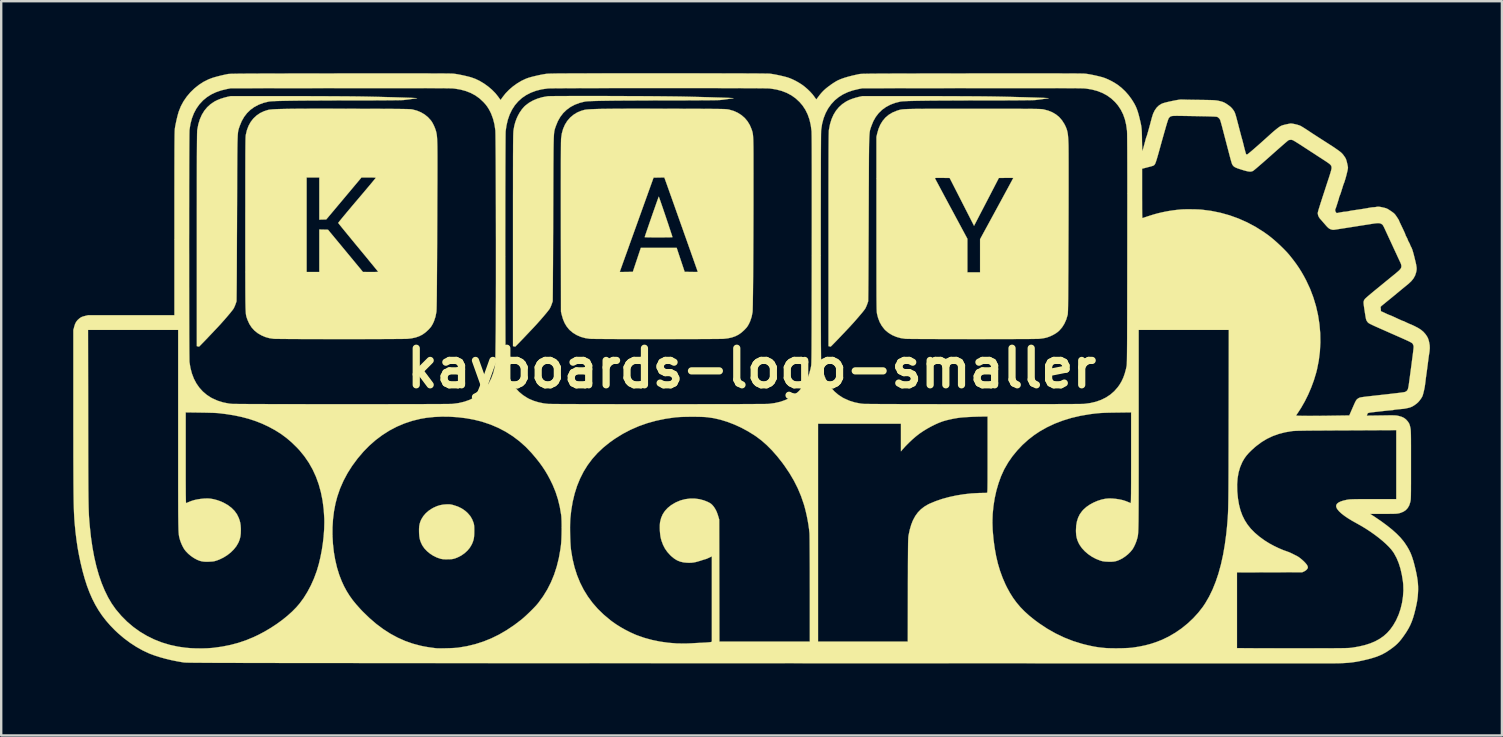
<source format=kicad_pcb>
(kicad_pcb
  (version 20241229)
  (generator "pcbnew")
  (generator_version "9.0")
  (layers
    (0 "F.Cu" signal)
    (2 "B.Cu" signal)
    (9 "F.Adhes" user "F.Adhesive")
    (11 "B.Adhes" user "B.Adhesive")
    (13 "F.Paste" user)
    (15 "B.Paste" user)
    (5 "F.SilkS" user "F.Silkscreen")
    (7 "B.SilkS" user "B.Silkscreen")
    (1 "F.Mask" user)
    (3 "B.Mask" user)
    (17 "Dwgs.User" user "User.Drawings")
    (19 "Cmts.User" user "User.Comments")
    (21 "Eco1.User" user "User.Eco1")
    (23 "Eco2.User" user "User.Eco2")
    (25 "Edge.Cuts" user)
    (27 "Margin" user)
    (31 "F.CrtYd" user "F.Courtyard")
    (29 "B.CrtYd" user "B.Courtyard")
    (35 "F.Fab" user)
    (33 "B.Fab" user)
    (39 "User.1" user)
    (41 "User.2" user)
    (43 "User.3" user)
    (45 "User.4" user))
  (footprint "kayboards-logo-smaller"
    (layer "F.Cu")
    (at 28.259 12.291)
    (property "Reference" "kayboards-logo-smaller" (at 0 0 0) (layer "F.SilkS") (effects (font (size 1.524 1.524) (thickness 0.3))))
    (attr through_hole)
    (fp_poly (pts (xy -3.86 -7.136) (xy -3.846 -7.099) (xy -3.825 -7.04) (xy -3.798 -6.962) (xy -3.766 -6.869) (xy -3.729 -6.762) (xy -3.689 -6.646) (xy -3.647 -6.521) (xy -3.603 -6.393) (xy -3.559 -6.262) (xy -3.516 -6.132) (xy -3.473 -6.006) (xy -3.434 -5.886) (xy -3.397 -5.776) (xy -3.365 -5.678) (xy -3.337 -5.595) (xy -3.316 -5.529) (xy -3.302 -5.484) (xy -3.296 -5.463) (xy -3.296 -5.462) (xy -3.31 -5.459) (xy -3.348 -5.457) (xy -3.408 -5.455) (xy -3.486 -5.454) (xy -3.577 -5.453) (xy -3.678 -5.452) (xy -3.786 -5.451) (xy -3.897 -5.451) (xy -4.007 -5.451) (xy -4.113 -5.452) (xy -4.211 -5.453) (xy -4.297 -5.454) (xy -4.367 -5.456) (xy -4.419 -5.458) (xy -4.447 -5.46) (xy -4.452 -5.462) (xy -4.448 -5.478) (xy -4.435 -5.519) (xy -4.415 -5.581) (xy -4.388 -5.66) (xy -4.355 -5.756) (xy -4.318 -5.864) (xy -4.278 -5.981) (xy -4.235 -6.106) (xy -4.19 -6.235) (xy -4.145 -6.366) (xy -4.1 -6.495) (xy -4.056 -6.62) (xy -4.014 -6.739) (xy -3.976 -6.848) (xy -3.942 -6.944) (xy -3.913 -7.025) (xy -3.89 -7.088) (xy -3.874 -7.13) (xy -3.866 -7.148) (xy -3.865 -7.149) (xy -3.86 -7.136)) (stroke (width 0.01) (type solid)) (fill yes) (layer "F.SilkS"))
    (fp_poly (pts (xy -12.592 5.668) (xy -12.539 5.673) (xy -12.483 5.684) (xy -12.422 5.7) (xy -12.238 5.76) (xy -12.073 5.841) (xy -11.926 5.942) (xy -11.82 6.039) (xy -11.719 6.157) (xy -11.643 6.286) (xy -11.591 6.414) (xy -11.577 6.458) (xy -11.567 6.497) (xy -11.56 6.537) (xy -11.556 6.585) (xy -11.553 6.645) (xy -11.552 6.725) (xy -11.552 6.778) (xy -11.554 6.903) (xy -11.56 7.006) (xy -11.572 7.095) (xy -11.592 7.176) (xy -11.621 7.257) (xy -11.659 7.344) (xy -11.66 7.345) (xy -11.737 7.475) (xy -11.838 7.596) (xy -11.959 7.706) (xy -12.096 7.802) (xy -12.247 7.879) (xy -12.326 7.91) (xy -12.38 7.928) (xy -12.426 7.94) (xy -12.472 7.949) (xy -12.527 7.954) (xy -12.597 7.957) (xy -12.65 7.958) (xy -12.742 7.959) (xy -12.814 7.957) (xy -12.872 7.951) (xy -12.926 7.942) (xy -12.957 7.935) (xy -13.106 7.885) (xy -13.252 7.815) (xy -13.389 7.727) (xy -13.514 7.625) (xy -13.621 7.514) (xy -13.706 7.395) (xy -13.732 7.347) (xy -13.774 7.257) (xy -13.805 7.174) (xy -13.827 7.089) (xy -13.841 6.996) (xy -13.85 6.886) (xy -13.852 6.827) (xy -13.853 6.695) (xy -13.846 6.583) (xy -13.828 6.484) (xy -13.8 6.392) (xy -13.76 6.298) (xy -13.756 6.291) (xy -13.675 6.159) (xy -13.569 6.036) (xy -13.442 5.927) (xy -13.295 5.832) (xy -13.235 5.801) (xy -13.104 5.743) (xy -12.979 5.704) (xy -12.85 5.68) (xy -12.729 5.67) (xy -12.651 5.667) (xy -12.592 5.668)) (stroke (width 0.01) (type solid)) (fill yes) (layer "F.SilkS"))
    (fp_poly (pts (xy -19.271 -11.336) (xy -18.974 -11.336) (xy -18.68 -11.336) (xy -18.39 -11.335) (xy -18.108 -11.334) (xy -17.834 -11.333) (xy -17.571 -11.332) (xy -17.321 -11.331) (xy -17.086 -11.329) (xy -16.867 -11.328) (xy -16.667 -11.326) (xy -16.488 -11.324) (xy -16.331 -11.322) (xy -16.199 -11.32) (xy -16.096 -11.318) (xy -15.841 -11.313) (xy -15.596 -11.307) (xy -15.362 -11.301) (xy -15.141 -11.295) (xy -14.935 -11.29) (xy -14.746 -11.284) (xy -14.575 -11.279) (xy -14.425 -11.274) (xy -14.298 -11.27) (xy -14.195 -11.266) (xy -14.118 -11.262) (xy -14.098 -11.261) (xy -13.934 -11.252) (xy -14.148 -11.219) (xy -14.239 -11.206) (xy -14.333 -11.194) (xy -14.422 -11.183) (xy -14.495 -11.174) (xy -14.505 -11.173) (xy -14.538 -11.172) (xy -14.599 -11.17) (xy -14.685 -11.168) (xy -14.794 -11.166) (xy -14.927 -11.165) (xy -15.08 -11.164) (xy -15.252 -11.162) (xy -15.442 -11.161) (xy -15.649 -11.16) (xy -15.87 -11.159) (xy -16.104 -11.159) (xy -16.35 -11.158) (xy -16.56 -11.158) (xy -16.971 -11.158) (xy -17.355 -11.157) (xy -17.711 -11.156) (xy -18.04 -11.154) (xy -18.342 -11.153) (xy -18.619 -11.151) (xy -18.871 -11.149) (xy -19.099 -11.146) (xy -19.302 -11.143) (xy -19.481 -11.14) (xy -19.638 -11.136) (xy -19.772 -11.133) (xy -19.885 -11.128) (xy -19.976 -11.124) (xy -20.046 -11.119) (xy -20.097 -11.113) (xy -20.115 -11.11) (xy -20.335 -11.056) (xy -20.535 -10.98) (xy -20.716 -10.884) (xy -20.877 -10.767) (xy -21.018 -10.63) (xy -21.14 -10.472) (xy -21.241 -10.295) (xy -21.322 -10.097) (xy -21.325 -10.089) (xy -21.336 -10.056) (xy -21.346 -10.028) (xy -21.355 -10.001) (xy -21.364 -9.975) (xy -21.371 -9.949) (xy -21.378 -9.921) (xy -21.385 -9.89) (xy -21.391 -9.856) (xy -21.396 -9.816) (xy -21.4 -9.77) (xy -21.405 -9.716) (xy -21.408 -9.654) (xy -21.411 -9.581) (xy -21.414 -9.498) (xy -21.417 -9.402) (xy -21.419 -9.292) (xy -21.421 -9.167) (xy -21.422 -9.027) (xy -21.424 -8.869) (xy -21.425 -8.693) (xy -21.426 -8.497) (xy -21.428 -8.28) (xy -21.429 -8.041) (xy -21.43 -7.779) (xy -21.431 -7.492) (xy -21.432 -7.18) (xy -21.433 -6.841) (xy -21.434 -6.714) (xy -21.435 -6.417) (xy -21.436 -6.123) (xy -21.437 -5.835) (xy -21.439 -5.553) (xy -21.44 -5.28) (xy -21.441 -5.017) (xy -21.442 -4.765) (xy -21.443 -4.527) (xy -21.444 -4.303) (xy -21.445 -4.096) (xy -21.446 -3.907) (xy -21.447 -3.737) (xy -21.448 -3.589) (xy -21.449 -3.463) (xy -21.45 -3.362) (xy -21.45 -3.288) (xy -21.451 -3.261) (xy -21.456 -2.79) (xy -21.495 -2.676) (xy -21.52 -2.611) (xy -21.548 -2.546) (xy -21.574 -2.495) (xy -21.576 -2.49) (xy -21.601 -2.453) (xy -21.643 -2.398) (xy -21.699 -2.328) (xy -21.766 -2.247) (xy -21.843 -2.156) (xy -21.926 -2.06) (xy -22.014 -1.96) (xy -22.102 -1.861) (xy -22.19 -1.765) (xy -22.19 -1.765) (xy -22.251 -1.699) (xy -22.321 -1.625) (xy -22.398 -1.544) (xy -22.479 -1.458) (xy -22.562 -1.371) (xy -22.644 -1.284) (xy -22.724 -1.2) (xy -22.799 -1.122) (xy -22.867 -1.053) (xy -22.925 -0.993) (xy -22.971 -0.947) (xy -23.002 -0.916) (xy -23.016 -0.902) (xy -23.017 -0.902) (xy -23.035 -0.905) (xy -23.067 -0.912) (xy -23.11 -0.921) (xy -23.11 -5.366) (xy -23.11 -5.804) (xy -23.11 -6.215) (xy -23.11 -6.598) (xy -23.109 -6.956) (xy -23.109 -7.289) (xy -23.109 -7.597) (xy -23.109 -7.882) (xy -23.108 -8.144) (xy -23.108 -8.384) (xy -23.107 -8.603) (xy -23.107 -8.802) (xy -23.106 -8.982) (xy -23.105 -9.144) (xy -23.104 -9.287) (xy -23.103 -9.414) (xy -23.102 -9.525) (xy -23.101 -9.621) (xy -23.1 -9.703) (xy -23.099 -9.771) (xy -23.097 -9.827) (xy -23.096 -9.871) (xy -23.094 -9.904) (xy -23.092 -9.927) (xy -23.091 -9.936) (xy -23.047 -10.165) (xy -22.983 -10.373) (xy -22.9 -10.561) (xy -22.798 -10.728) (xy -22.676 -10.875) (xy -22.534 -11.004) (xy -22.371 -11.113) (xy -22.366 -11.116) (xy -22.258 -11.17) (xy -22.13 -11.222) (xy -21.989 -11.267) (xy -21.845 -11.305) (xy -21.844 -11.305) (xy -21.697 -11.337) (xy -19.271 -11.336)) (stroke (width 0.01) (type solid)) (fill yes) (layer "F.SilkS"))
    (fp_poly (pts (xy 7.042 -11.336) (xy 7.339 -11.336) (xy 7.633 -11.336) (xy 7.923 -11.335) (xy 8.205 -11.334) (xy 8.479 -11.333) (xy 8.742 -11.332) (xy 8.992 -11.331) (xy 9.227 -11.329) (xy 9.446 -11.328) (xy 9.646 -11.326) (xy 9.825 -11.324) (xy 9.982 -11.322) (xy 10.114 -11.32) (xy 10.217 -11.318) (xy 10.472 -11.313) (xy 10.717 -11.307) (xy 10.952 -11.301) (xy 11.173 -11.295) (xy 11.379 -11.29) (xy 11.568 -11.284) (xy 11.738 -11.279) (xy 11.888 -11.274) (xy 12.015 -11.27) (xy 12.119 -11.266) (xy 12.196 -11.262) (xy 12.215 -11.261) (xy 12.379 -11.252) (xy 12.165 -11.219) (xy 12.075 -11.206) (xy 11.98 -11.194) (xy 11.891 -11.183) (xy 11.819 -11.174) (xy 11.808 -11.173) (xy 11.775 -11.172) (xy 11.714 -11.17) (xy 11.629 -11.168) (xy 11.519 -11.166) (xy 11.387 -11.165) (xy 11.234 -11.164) (xy 11.061 -11.162) (xy 10.871 -11.161) (xy 10.665 -11.16) (xy 10.443 -11.159) (xy 10.209 -11.159) (xy 9.963 -11.158) (xy 9.753 -11.158) (xy 9.342 -11.158) (xy 8.959 -11.157) (xy 8.603 -11.156) (xy 8.274 -11.154) (xy 7.971 -11.153) (xy 7.694 -11.151) (xy 7.442 -11.149) (xy 7.215 -11.146) (xy 7.012 -11.143) (xy 6.832 -11.14) (xy 6.675 -11.136) (xy 6.541 -11.133) (xy 6.429 -11.128) (xy 6.337 -11.124) (xy 6.267 -11.119) (xy 6.217 -11.113) (xy 6.198 -11.11) (xy 5.979 -11.056) (xy 5.779 -10.98) (xy 5.598 -10.884) (xy 5.436 -10.767) (xy 5.295 -10.63) (xy 5.173 -10.472) (xy 5.072 -10.295) (xy 4.992 -10.097) (xy 4.989 -10.089) (xy 4.978 -10.056) (xy 4.968 -10.028) (xy 4.958 -10.001) (xy 4.95 -9.975) (xy 4.942 -9.949) (xy 4.935 -9.921) (xy 4.928 -9.89) (xy 4.923 -9.856) (xy 4.917 -9.816) (xy 4.913 -9.77) (xy 4.909 -9.716) (xy 4.905 -9.654) (xy 4.902 -9.581) (xy 4.899 -9.498) (xy 4.896 -9.402) (xy 4.894 -9.292) (xy 4.892 -9.167) (xy 4.891 -9.027) (xy 4.889 -8.869) (xy 4.888 -8.693) (xy 4.887 -8.497) (xy 4.886 -8.28) (xy 4.885 -8.041) (xy 4.884 -7.779) (xy 4.882 -7.492) (xy 4.881 -7.18) (xy 4.88 -6.841) (xy 4.879 -6.714) (xy 4.878 -6.417) (xy 4.877 -6.123) (xy 4.876 -5.835) (xy 4.875 -5.553) (xy 4.873 -5.28) (xy 4.872 -5.017) (xy 4.871 -4.765) (xy 4.87 -4.527) (xy 4.869 -4.303) (xy 4.868 -4.096) (xy 4.867 -3.907) (xy 4.866 -3.737) (xy 4.865 -3.589) (xy 4.864 -3.463) (xy 4.863 -3.362) (xy 4.863 -3.288) (xy 4.863 -3.261) (xy 4.857 -2.79) (xy 4.818 -2.676) (xy 4.793 -2.611) (xy 4.765 -2.546) (xy 4.74 -2.495) (xy 4.737 -2.49) (xy 4.712 -2.453) (xy 4.671 -2.398) (xy 4.615 -2.328) (xy 4.547 -2.247) (xy 4.47 -2.156) (xy 4.387 -2.06) (xy 4.3 -1.96) (xy 4.211 -1.861) (xy 4.123 -1.765) (xy 4.123 -1.765) (xy 4.062 -1.699) (xy 3.992 -1.625) (xy 3.916 -1.544) (xy 3.835 -1.458) (xy 3.752 -1.371) (xy 3.669 -1.284) (xy 3.589 -1.2) (xy 3.514 -1.122) (xy 3.446 -1.053) (xy 3.388 -0.993) (xy 3.343 -0.947) (xy 3.311 -0.916) (xy 3.297 -0.902) (xy 3.296 -0.902) (xy 3.279 -0.905) (xy 3.246 -0.912) (xy 3.204 -0.921) (xy 3.204 -5.366) (xy 3.204 -5.804) (xy 3.204 -6.215) (xy 3.204 -6.598) (xy 3.204 -6.956) (xy 3.204 -7.289) (xy 3.204 -7.597) (xy 3.205 -7.882) (xy 3.205 -8.144) (xy 3.206 -8.384) (xy 3.206 -8.603) (xy 3.207 -8.802) (xy 3.207 -8.982) (xy 3.208 -9.144) (xy 3.209 -9.287) (xy 3.21 -9.414) (xy 3.211 -9.525) (xy 3.212 -9.621) (xy 3.213 -9.703) (xy 3.215 -9.771) (xy 3.216 -9.827) (xy 3.217 -9.871) (xy 3.219 -9.904) (xy 3.221 -9.927) (xy 3.222 -9.936) (xy 3.267 -10.165) (xy 3.33 -10.373) (xy 3.413 -10.561) (xy 3.515 -10.728) (xy 3.637 -10.875) (xy 3.779 -11.004) (xy 3.942 -11.113) (xy 3.948 -11.116) (xy 4.055 -11.17) (xy 4.184 -11.222) (xy 4.324 -11.267) (xy 4.468 -11.305) (xy 4.47 -11.305) (xy 4.616 -11.337) (xy 7.042 -11.336)) (stroke (width 0.01) (type solid)) (fill yes) (layer "F.SilkS"))
    (fp_poly (pts (xy -6.75 -11.342) (xy -6.512 -11.341) (xy -6.266 -11.341) (xy -6.016 -11.341) (xy -5.763 -11.34) (xy -5.509 -11.339) (xy -5.255 -11.338) (xy -5.004 -11.337) (xy -4.756 -11.336) (xy -4.513 -11.335) (xy -4.278 -11.333) (xy -4.052 -11.332) (xy -3.837 -11.33) (xy -3.633 -11.328) (xy -3.444 -11.326) (xy -3.271 -11.324) (xy -3.114 -11.322) (xy -2.978 -11.32) (xy -2.862 -11.318) (xy -2.825 -11.317) (xy -2.597 -11.312) (xy -2.373 -11.306) (xy -2.157 -11.301) (xy -1.95 -11.295) (xy -1.755 -11.29) (xy -1.574 -11.284) (xy -1.408 -11.279) (xy -1.261 -11.275) (xy -1.134 -11.27) (xy -1.03 -11.267) (xy -0.95 -11.263) (xy -0.906 -11.261) (xy -0.749 -11.252) (xy -0.964 -11.219) (xy -1.055 -11.206) (xy -1.151 -11.193) (xy -1.242 -11.182) (xy -1.317 -11.174) (xy -1.328 -11.173) (xy -1.361 -11.172) (xy -1.42 -11.17) (xy -1.505 -11.168) (xy -1.612 -11.167) (xy -1.741 -11.165) (xy -1.89 -11.164) (xy -2.056 -11.163) (xy -2.239 -11.162) (xy -2.436 -11.161) (xy -2.645 -11.16) (xy -2.865 -11.159) (xy -3.094 -11.159) (xy -3.33 -11.158) (xy -3.382 -11.158) (xy -3.794 -11.158) (xy -4.178 -11.157) (xy -4.535 -11.156) (xy -4.864 -11.154) (xy -5.168 -11.153) (xy -5.445 -11.151) (xy -5.698 -11.149) (xy -5.926 -11.146) (xy -6.129 -11.143) (xy -6.309 -11.14) (xy -6.466 -11.136) (xy -6.601 -11.132) (xy -6.714 -11.128) (xy -6.805 -11.124) (xy -6.875 -11.119) (xy -6.926 -11.113) (xy -6.944 -11.11) (xy -7.164 -11.056) (xy -7.364 -10.98) (xy -7.545 -10.884) (xy -7.706 -10.767) (xy -7.848 -10.63) (xy -7.969 -10.472) (xy -8.07 -10.295) (xy -8.151 -10.097) (xy -8.154 -10.089) (xy -8.165 -10.056) (xy -8.175 -10.028) (xy -8.184 -10.001) (xy -8.193 -9.975) (xy -8.2 -9.949) (xy -8.207 -9.921) (xy -8.214 -9.89) (xy -8.22 -9.856) (xy -8.225 -9.816) (xy -8.23 -9.77) (xy -8.234 -9.716) (xy -8.237 -9.654) (xy -8.241 -9.581) (xy -8.243 -9.498) (xy -8.246 -9.402) (xy -8.248 -9.292) (xy -8.25 -9.167) (xy -8.252 -9.027) (xy -8.253 -8.869) (xy -8.254 -8.693) (xy -8.256 -8.497) (xy -8.257 -8.28) (xy -8.258 -8.041) (xy -8.259 -7.779) (xy -8.26 -7.492) (xy -8.261 -7.18) (xy -8.262 -6.841) (xy -8.263 -6.714) (xy -8.264 -6.417) (xy -8.265 -6.123) (xy -8.266 -5.835) (xy -8.268 -5.553) (xy -8.269 -5.28) (xy -8.27 -5.017) (xy -8.271 -4.765) (xy -8.272 -4.527) (xy -8.273 -4.303) (xy -8.275 -4.096) (xy -8.276 -3.907) (xy -8.277 -3.737) (xy -8.277 -3.589) (xy -8.278 -3.463) (xy -8.279 -3.362) (xy -8.28 -3.288) (xy -8.28 -3.261) (xy -8.285 -2.79) (xy -8.325 -2.676) (xy -8.349 -2.611) (xy -8.377 -2.546) (xy -8.403 -2.495) (xy -8.405 -2.49) (xy -8.43 -2.453) (xy -8.472 -2.398) (xy -8.528 -2.328) (xy -8.595 -2.247) (xy -8.672 -2.156) (xy -8.755 -2.06) (xy -8.843 -1.96) (xy -8.931 -1.861) (xy -9.019 -1.765) (xy -9.019 -1.765) (xy -9.08 -1.699) (xy -9.15 -1.625) (xy -9.227 -1.544) (xy -9.308 -1.458) (xy -9.391 -1.371) (xy -9.473 -1.284) (xy -9.554 -1.2) (xy -9.629 -1.122) (xy -9.696 -1.053) (xy -9.754 -0.993) (xy -9.8 -0.947) (xy -9.831 -0.916) (xy -9.845 -0.902) (xy -9.846 -0.902) (xy -9.864 -0.905) (xy -9.896 -0.912) (xy -9.939 -0.921) (xy -9.939 -5.351) (xy -9.939 -5.774) (xy -9.939 -6.169) (xy -9.939 -6.537) (xy -9.939 -6.88) (xy -9.939 -7.198) (xy -9.938 -7.493) (xy -9.938 -7.765) (xy -9.938 -8.015) (xy -9.938 -8.244) (xy -9.937 -8.453) (xy -9.937 -8.643) (xy -9.937 -8.816) (xy -9.936 -8.972) (xy -9.935 -9.111) (xy -9.935 -9.236) (xy -9.934 -9.346) (xy -9.933 -9.444) (xy -9.932 -9.529) (xy -9.931 -9.604) (xy -9.93 -9.668) (xy -9.928 -9.723) (xy -9.927 -9.769) (xy -9.925 -9.809) (xy -9.923 -9.842) (xy -9.922 -9.87) (xy -9.92 -9.893) (xy -9.917 -9.913) (xy -9.915 -9.931) (xy -9.913 -9.943) (xy -9.882 -10.11) (xy -9.841 -10.259) (xy -9.789 -10.401) (xy -9.739 -10.511) (xy -9.66 -10.654) (xy -9.569 -10.786) (xy -9.471 -10.899) (xy -9.424 -10.943) (xy -9.276 -11.057) (xy -9.107 -11.153) (xy -8.919 -11.232) (xy -8.715 -11.292) (xy -8.498 -11.331) (xy -8.498 -11.331) (xy -8.468 -11.333) (xy -8.412 -11.335) (xy -8.331 -11.336) (xy -8.227 -11.338) (xy -8.1 -11.339) (xy -7.954 -11.34) (xy -7.789 -11.34) (xy -7.608 -11.341) (xy -7.412 -11.341) (xy -7.202 -11.342) (xy -6.981 -11.342) (xy -6.75 -11.342)) (stroke (width 0.01) (type solid)) (fill yes) (layer "F.SilkS"))
    (fp_poly (pts (xy -4.456 -10.814) (xy -4.127 -10.813) (xy -3.771 -10.813) (xy -3.41 -10.812) (xy -3.108 -10.811) (xy -2.834 -10.81) (xy -2.585 -10.809) (xy -2.36 -10.809) (xy -2.158 -10.808) (xy -1.979 -10.807) (xy -1.819 -10.806) (xy -1.679 -10.805) (xy -1.556 -10.804) (xy -1.449 -10.803) (xy -1.357 -10.802) (xy -1.279 -10.801) (xy -1.213 -10.799) (xy -1.157 -10.798) (xy -1.111 -10.796) (xy -1.073 -10.793) (xy -1.042 -10.791) (xy -1.016 -10.788) (xy -0.994 -10.785) (xy -0.974 -10.782) (xy -0.956 -10.779) (xy -0.937 -10.775) (xy -0.935 -10.774) (xy -0.748 -10.72) (xy -0.576 -10.643) (xy -0.422 -10.545) (xy -0.286 -10.427) (xy -0.17 -10.289) (xy -0.075 -10.133) (xy -0.015 -9.993) (xy -0.002 -9.958) (xy 0.01 -9.925) (xy 0.021 -9.895) (xy 0.03 -9.864) (xy 0.038 -9.832) (xy 0.046 -9.798) (xy 0.052 -9.758) (xy 0.058 -9.713) (xy 0.062 -9.66) (xy 0.066 -9.597) (xy 0.07 -9.524) (xy 0.072 -9.438) (xy 0.074 -9.338) (xy 0.076 -9.223) (xy 0.077 -9.09) (xy 0.078 -8.939) (xy 0.078 -8.768) (xy 0.078 -8.575) (xy 0.078 -8.358) (xy 0.079 -8.116) (xy 0.078 -7.848) (xy 0.078 -7.777) (xy 0.078 -7.446) (xy 0.078 -7.115) (xy 0.078 -6.784) (xy 0.077 -6.456) (xy 0.076 -6.131) (xy 0.075 -5.81) (xy 0.074 -5.496) (xy 0.072 -5.189) (xy 0.071 -4.89) (xy 0.069 -4.602) (xy 0.068 -4.324) (xy 0.066 -4.06) (xy 0.064 -3.809) (xy 0.062 -3.573) (xy 0.06 -3.353) (xy 0.058 -3.152) (xy 0.055 -2.969) (xy 0.053 -2.807) (xy 0.051 -2.666) (xy 0.048 -2.549) (xy 0.046 -2.455) (xy 0.043 -2.387) (xy 0.041 -2.347) (xy 0.04 -2.34) (xy 0.003 -2.146) (xy -0.059 -1.961) (xy -0.112 -1.848) (xy -0.15 -1.78) (xy -0.19 -1.72) (xy -0.24 -1.661) (xy -0.305 -1.593) (xy -0.307 -1.591) (xy -0.424 -1.486) (xy -0.546 -1.4) (xy -0.678 -1.334) (xy -0.822 -1.284) (xy -0.984 -1.249) (xy -1.166 -1.227) (xy -1.2 -1.226) (xy -1.26 -1.225) (xy -1.345 -1.223) (xy -1.453 -1.222) (xy -1.582 -1.221) (xy -1.731 -1.22) (xy -1.898 -1.219) (xy -2.081 -1.218) (xy -2.279 -1.217) (xy -2.489 -1.217) (xy -2.71 -1.216) (xy -2.939 -1.216) (xy -3.177 -1.215) (xy -3.419 -1.215) (xy -3.666 -1.215) (xy -3.914 -1.215) (xy -4.163 -1.215) (xy -4.41 -1.215) (xy -4.654 -1.215) (xy -4.893 -1.216) (xy -5.125 -1.216) (xy -5.349 -1.217) (xy -5.562 -1.217) (xy -5.763 -1.218) (xy -5.951 -1.219) (xy -6.123 -1.22) (xy -6.277 -1.221) (xy -6.412 -1.222) (xy -6.527 -1.223) (xy -6.619 -1.224) (xy -6.686 -1.226) (xy -6.727 -1.227) (xy -6.735 -1.228) (xy -6.931 -1.257) (xy -7.115 -1.309) (xy -7.284 -1.382) (xy -7.437 -1.475) (xy -7.571 -1.586) (xy -7.613 -1.63) (xy -7.71 -1.752) (xy -7.79 -1.888) (xy -7.854 -2.04) (xy -7.905 -2.214) (xy -7.91 -2.233) (xy -7.94 -2.362) (xy -7.942 -4.013) (xy -5.493 -4.013) (xy -5.48 -4.012) (xy -5.442 -4.012) (xy -5.385 -4.011) (xy -5.312 -4.012) (xy -5.228 -4.013) (xy -5.22 -4.013) (xy -4.947 -4.017) (xy -4.614 -5.016) (xy -3.12 -5.016) (xy -2.954 -4.516) (xy -2.787 -4.017) (xy -2.514 -4.013) (xy -2.429 -4.012) (xy -2.355 -4.012) (xy -2.296 -4.012) (xy -2.256 -4.013) (xy -2.24 -4.014) (xy -2.24 -4.014) (xy -2.245 -4.028) (xy -2.259 -4.067) (xy -2.28 -4.129) (xy -2.31 -4.213) (xy -2.346 -4.316) (xy -2.389 -4.437) (xy -2.437 -4.574) (xy -2.491 -4.725) (xy -2.548 -4.889) (xy -2.61 -5.062) (xy -2.674 -5.244) (xy -2.741 -5.433) (xy -2.81 -5.627) (xy -2.879 -5.824) (xy -2.95 -6.022) (xy -3.02 -6.22) (xy -3.089 -6.415) (xy -3.157 -6.606) (xy -3.222 -6.791) (xy -3.285 -6.967) (xy -3.344 -7.135) (xy -3.4 -7.29) (xy -3.45 -7.432) (xy -3.495 -7.559) (xy -3.534 -7.669) (xy -3.567 -7.76) (xy -3.592 -7.83) (xy -3.609 -7.877) (xy -3.617 -7.901) (xy -3.618 -7.902) (xy -3.638 -7.949) (xy -3.861 -7.945) (xy -4.084 -7.941) (xy -4.788 -5.979) (xy -4.87 -5.752) (xy -4.949 -5.532) (xy -5.025 -5.321) (xy -5.097 -5.12) (xy -5.164 -4.931) (xy -5.227 -4.756) (xy -5.285 -4.595) (xy -5.337 -4.451) (xy -5.382 -4.325) (xy -5.42 -4.218) (xy -5.451 -4.132) (xy -5.474 -4.068) (xy -5.488 -4.028) (xy -5.493 -4.013) (xy -5.493 -4.013) (xy -7.942 -4.013) (xy -7.945 -5.886) (xy -7.945 -6.3) (xy -7.946 -6.692) (xy -7.946 -7.06) (xy -7.946 -7.405) (xy -7.946 -7.726) (xy -7.945 -8.023) (xy -7.945 -8.295) (xy -7.945 -8.542) (xy -7.944 -8.764) (xy -7.943 -8.96) (xy -7.942 -9.129) (xy -7.941 -9.272) (xy -7.94 -9.388) (xy -7.938 -9.477) (xy -7.937 -9.538) (xy -7.935 -9.57) (xy -7.905 -9.779) (xy -7.852 -9.97) (xy -7.777 -10.144) (xy -7.681 -10.3) (xy -7.562 -10.438) (xy -7.532 -10.466) (xy -7.403 -10.571) (xy -7.265 -10.655) (xy -7.112 -10.72) (xy -6.975 -10.761) (xy -6.942 -10.768) (xy -6.9 -10.774) (xy -6.847 -10.78) (xy -6.783 -10.785) (xy -6.707 -10.79) (xy -6.617 -10.794) (xy -6.513 -10.798) (xy -6.393 -10.802) (xy -6.257 -10.805) (xy -6.104 -10.807) (xy -5.932 -10.809) (xy -5.741 -10.811) (xy -5.529 -10.812) (xy -5.295 -10.813) (xy -5.04 -10.814) (xy -4.76 -10.814) (xy -4.456 -10.814)) (stroke (width 0.01) (type solid)) (fill yes) (layer "F.SilkS"))
    (fp_poly (pts (xy 8.978 -10.809) (xy 9.225 -10.809) (xy 9.559 -10.809) (xy 9.866 -10.809) (xy 10.146 -10.809) (xy 10.402 -10.809) (xy 10.634 -10.809) (xy 10.843 -10.808) (xy 11.032 -10.808) (xy 11.2 -10.808) (xy 11.35 -10.807) (xy 11.482 -10.807) (xy 11.598 -10.806) (xy 11.699 -10.805) (xy 11.786 -10.804) (xy 11.86 -10.803) (xy 11.923 -10.801) (xy 11.976 -10.8) (xy 12.02 -10.798) (xy 12.056 -10.796) (xy 12.086 -10.794) (xy 12.111 -10.792) (xy 12.131 -10.789) (xy 12.149 -10.786) (xy 12.165 -10.783) (xy 12.358 -10.732) (xy 12.53 -10.662) (xy 12.682 -10.572) (xy 12.816 -10.461) (xy 12.931 -10.329) (xy 13.03 -10.174) (xy 13.058 -10.12) (xy 13.092 -10.047) (xy 13.12 -9.977) (xy 13.142 -9.907) (xy 13.16 -9.832) (xy 13.174 -9.749) (xy 13.184 -9.651) (xy 13.192 -9.536) (xy 13.198 -9.4) (xy 13.201 -9.318) (xy 13.202 -9.261) (xy 13.203 -9.177) (xy 13.204 -9.067) (xy 13.205 -8.933) (xy 13.205 -8.774) (xy 13.206 -8.593) (xy 13.206 -8.392) (xy 13.206 -8.17) (xy 13.206 -7.93) (xy 13.206 -7.672) (xy 13.206 -7.398) (xy 13.205 -7.11) (xy 13.205 -6.808) (xy 13.204 -6.493) (xy 13.203 -6.167) (xy 13.202 -5.832) (xy 13.201 -5.615) (xy 13.2 -5.249) (xy 13.198 -4.911) (xy 13.197 -4.599) (xy 13.196 -4.313) (xy 13.195 -4.05) (xy 13.193 -3.811) (xy 13.192 -3.594) (xy 13.191 -3.397) (xy 13.19 -3.221) (xy 13.189 -3.063) (xy 13.188 -2.923) (xy 13.186 -2.8) (xy 13.185 -2.692) (xy 13.184 -2.598) (xy 13.182 -2.518) (xy 13.181 -2.45) (xy 13.179 -2.393) (xy 13.177 -2.346) (xy 13.175 -2.309) (xy 13.173 -2.279) (xy 13.171 -2.256) (xy 13.169 -2.238) (xy 13.166 -2.226) (xy 13.166 -2.225) (xy 13.108 -2.03) (xy 13.03 -1.856) (xy 12.934 -1.703) (xy 12.819 -1.571) (xy 12.758 -1.517) (xy 12.668 -1.452) (xy 12.559 -1.389) (xy 12.441 -1.333) (xy 12.323 -1.289) (xy 12.253 -1.27) (xy 12.182 -1.255) (xy 12.096 -1.242) (xy 12.009 -1.231) (xy 11.967 -1.227) (xy 11.936 -1.225) (xy 11.878 -1.224) (xy 11.794 -1.223) (xy 11.688 -1.221) (xy 11.56 -1.22) (xy 11.413 -1.22) (xy 11.247 -1.219) (xy 11.066 -1.218) (xy 10.87 -1.217) (xy 10.661 -1.217) (xy 10.441 -1.216) (xy 10.213 -1.216) (xy 9.976 -1.216) (xy 9.735 -1.215) (xy 9.489 -1.215) (xy 9.241 -1.215) (xy 8.993 -1.215) (xy 8.746 -1.216) (xy 8.502 -1.216) (xy 8.264 -1.216) (xy 8.031 -1.217) (xy 7.808 -1.217) (xy 7.594 -1.218) (xy 7.392 -1.218) (xy 7.204 -1.219) (xy 7.032 -1.22) (xy 6.876 -1.221) (xy 6.74 -1.222) (xy 6.624 -1.223) (xy 6.53 -1.224) (xy 6.461 -1.226) (xy 6.418 -1.227) (xy 6.407 -1.228) (xy 6.211 -1.257) (xy 6.027 -1.309) (xy 5.858 -1.382) (xy 5.705 -1.475) (xy 5.572 -1.586) (xy 5.53 -1.63) (xy 5.423 -1.768) (xy 5.336 -1.924) (xy 5.269 -2.099) (xy 5.227 -2.264) (xy 5.224 -2.278) (xy 5.222 -2.294) (xy 5.22 -2.313) (xy 5.217 -2.335) (xy 5.215 -2.363) (xy 5.214 -2.396) (xy 5.212 -2.437) (xy 5.21 -2.486) (xy 5.209 -2.544) (xy 5.208 -2.612) (xy 5.207 -2.691) (xy 5.206 -2.783) (xy 5.205 -2.888) (xy 5.204 -3.008) (xy 5.204 -3.144) (xy 5.203 -3.296) (xy 5.203 -3.466) (xy 5.202 -3.654) (xy 5.202 -3.863) (xy 5.202 -4.092) (xy 5.202 -4.344) (xy 5.201 -4.618) (xy 5.201 -4.917) (xy 5.201 -5.241) (xy 5.201 -5.591) (xy 5.201 -5.968) (xy 5.201 -7.913) (xy 7.639 -7.913) (xy 7.647 -7.898) (xy 7.667 -7.859) (xy 7.699 -7.799) (xy 7.742 -7.719) (xy 7.795 -7.62) (xy 7.856 -7.505) (xy 7.926 -7.375) (xy 8.002 -7.232) (xy 8.085 -7.078) (xy 8.173 -6.914) (xy 8.265 -6.742) (xy 8.319 -6.643) (xy 8.99 -5.394) (xy 8.99 -3.996) (xy 9.518 -3.996) (xy 9.518 -5.377) (xy 10.21 -6.648) (xy 10.306 -6.825) (xy 10.398 -6.994) (xy 10.485 -7.155) (xy 10.566 -7.305) (xy 10.641 -7.442) (xy 10.708 -7.566) (xy 10.767 -7.675) (xy 10.816 -7.766) (xy 10.855 -7.839) (xy 10.883 -7.891) (xy 10.899 -7.921) (xy 10.902 -7.927) (xy 10.888 -7.929) (xy 10.851 -7.931) (xy 10.792 -7.931) (xy 10.718 -7.932) (xy 10.632 -7.931) (xy 10.602 -7.931) (xy 10.301 -7.927) (xy 9.809 -6.978) (xy 9.729 -6.824) (xy 9.652 -6.676) (xy 9.58 -6.538) (xy 9.513 -6.409) (xy 9.453 -6.294) (xy 9.401 -6.193) (xy 9.358 -6.11) (xy 9.324 -6.045) (xy 9.302 -6.002) (xy 9.291 -5.982) (xy 9.291 -5.982) (xy 9.267 -5.935) (xy 8.759 -6.931) (xy 8.251 -7.927) (xy 7.941 -7.931) (xy 7.839 -7.932) (xy 7.761 -7.932) (xy 7.706 -7.931) (xy 7.669 -7.929) (xy 7.648 -7.925) (xy 7.639 -7.92) (xy 7.639 -7.913) (xy 5.201 -7.913) (xy 5.201 -9.639) (xy 5.232 -9.775) (xy 5.288 -9.973) (xy 5.364 -10.15) (xy 5.46 -10.306) (xy 5.575 -10.442) (xy 5.709 -10.556) (xy 5.863 -10.65) (xy 6.037 -10.723) (xy 6.072 -10.735) (xy 6.099 -10.743) (xy 6.124 -10.751) (xy 6.148 -10.759) (xy 6.173 -10.765) (xy 6.199 -10.771) (xy 6.228 -10.777) (xy 6.262 -10.782) (xy 6.3 -10.786) (xy 6.346 -10.79) (xy 6.399 -10.793) (xy 6.461 -10.796) (xy 6.534 -10.799) (xy 6.618 -10.801) (xy 6.715 -10.803) (xy 6.825 -10.805) (xy 6.952 -10.806) (xy 7.094 -10.807) (xy 7.255 -10.808) (xy 7.434 -10.808) (xy 7.634 -10.809) (xy 7.855 -10.809) (xy 8.098 -10.809) (xy 8.366 -10.809) (xy 8.659 -10.809) (xy 8.978 -10.809)) (stroke (width 0.01) (type solid)) (fill yes) (layer "F.SilkS"))
    (fp_poly (pts (xy -17.661 -10.814) (xy -17.336 -10.813) (xy -16.983 -10.813) (xy -16.604 -10.811) (xy -16.581 -10.811) (xy -16.275 -10.81) (xy -15.995 -10.81) (xy -15.742 -10.809) (xy -15.513 -10.808) (xy -15.308 -10.807) (xy -15.124 -10.806) (xy -14.961 -10.805) (xy -14.817 -10.804) (xy -14.692 -10.803) (xy -14.582 -10.801) (xy -14.489 -10.8) (xy -14.409 -10.798) (xy -14.342 -10.797) (xy -14.287 -10.795) (xy -14.241 -10.793) (xy -14.204 -10.791) (xy -14.175 -10.788) (xy -14.152 -10.785) (xy -14.134 -10.782) (xy -14.132 -10.782) (xy -13.945 -10.733) (xy -13.773 -10.662) (xy -13.616 -10.569) (xy -13.478 -10.456) (xy -13.359 -10.324) (xy -13.326 -10.279) (xy -13.278 -10.198) (xy -13.229 -10.1) (xy -13.186 -9.996) (xy -13.152 -9.895) (xy -13.143 -9.864) (xy -13.135 -9.831) (xy -13.128 -9.798) (xy -13.121 -9.762) (xy -13.115 -9.724) (xy -13.11 -9.68) (xy -13.105 -9.631) (xy -13.101 -9.574) (xy -13.098 -9.508) (xy -13.095 -9.431) (xy -13.092 -9.343) (xy -13.09 -9.241) (xy -13.089 -9.125) (xy -13.088 -8.993) (xy -13.087 -8.844) (xy -13.087 -8.676) (xy -13.087 -8.487) (xy -13.087 -8.277) (xy -13.088 -8.044) (xy -13.088 -7.787) (xy -13.09 -7.503) (xy -13.091 -7.213) (xy -13.093 -6.766) (xy -13.094 -6.347) (xy -13.096 -5.955) (xy -13.098 -5.589) (xy -13.099 -5.247) (xy -13.101 -4.93) (xy -13.102 -4.636) (xy -13.104 -4.365) (xy -13.105 -4.115) (xy -13.107 -3.886) (xy -13.108 -3.677) (xy -13.109 -3.487) (xy -13.111 -3.315) (xy -13.112 -3.161) (xy -13.113 -3.022) (xy -13.115 -2.9) (xy -13.116 -2.792) (xy -13.118 -2.698) (xy -13.119 -2.616) (xy -13.121 -2.547) (xy -13.122 -2.489) (xy -13.124 -2.442) (xy -13.126 -2.404) (xy -13.127 -2.375) (xy -13.129 -2.353) (xy -13.13 -2.347) (xy -13.168 -2.148) (xy -13.231 -1.959) (xy -13.282 -1.848) (xy -13.321 -1.78) (xy -13.361 -1.72) (xy -13.411 -1.661) (xy -13.476 -1.593) (xy -13.478 -1.591) (xy -13.595 -1.486) (xy -13.717 -1.4) (xy -13.849 -1.334) (xy -13.993 -1.284) (xy -14.155 -1.249) (xy -14.337 -1.227) (xy -14.371 -1.226) (xy -14.432 -1.224) (xy -14.517 -1.223) (xy -14.626 -1.222) (xy -14.756 -1.221) (xy -14.905 -1.22) (xy -15.073 -1.219) (xy -15.256 -1.218) (xy -15.454 -1.217) (xy -15.665 -1.216) (xy -15.886 -1.216) (xy -16.116 -1.215) (xy -16.354 -1.215) (xy -16.597 -1.215) (xy -16.843 -1.215) (xy -17.092 -1.215) (xy -17.341 -1.215) (xy -17.589 -1.215) (xy -17.833 -1.215) (xy -18.072 -1.216) (xy -18.304 -1.216) (xy -18.528 -1.217) (xy -18.741 -1.217) (xy -18.942 -1.218) (xy -19.13 -1.219) (xy -19.302 -1.22) (xy -19.456 -1.221) (xy -19.591 -1.222) (xy -19.706 -1.224) (xy -19.797 -1.225) (xy -19.865 -1.226) (xy -19.906 -1.228) (xy -19.913 -1.229) (xy -20.091 -1.255) (xy -20.255 -1.302) (xy -20.413 -1.369) (xy -20.573 -1.462) (xy -20.711 -1.573) (xy -20.827 -1.701) (xy -20.923 -1.849) (xy -20.999 -2.018) (xy -21.014 -2.059) (xy -21.021 -2.082) (xy -21.029 -2.103) (xy -21.036 -2.123) (xy -21.042 -2.143) (xy -21.048 -2.164) (xy -21.053 -2.188) (xy -21.058 -2.215) (xy -21.063 -2.247) (xy -21.067 -2.284) (xy -21.07 -2.327) (xy -21.073 -2.379) (xy -21.076 -2.439) (xy -21.079 -2.509) (xy -21.081 -2.59) (xy -21.083 -2.683) (xy -21.085 -2.789) (xy -21.086 -2.909) (xy -21.087 -3.044) (xy -21.088 -3.196) (xy -21.089 -3.365) (xy -21.089 -3.552) (xy -21.09 -3.759) (xy -21.09 -3.987) (xy -21.09 -4.236) (xy -21.091 -4.508) (xy -21.091 -4.803) (xy -21.091 -5.124) (xy -21.091 -5.471) (xy -21.091 -5.844) (xy -21.091 -6) (xy -21.091 -6.384) (xy -21.09 -6.74) (xy -21.09 -7.069) (xy -21.09 -7.373) (xy -21.09 -7.653) (xy -21.09 -7.909) (xy -21.09 -7.948) (xy -18.536 -7.948) (xy -18.536 -4.01) (xy -18.008 -4.01) (xy -18.008 -5.78) (xy -17.646 -5.772) (xy -16.917 -4.892) (xy -16.189 -4.012) (xy -15.871 -4.011) (xy -15.78 -4.011) (xy -15.698 -4.011) (xy -15.631 -4.013) (xy -15.583 -4.014) (xy -15.557 -4.016) (xy -15.554 -4.018) (xy -15.563 -4.029) (xy -15.589 -4.062) (xy -15.63 -4.113) (xy -15.686 -4.181) (xy -15.755 -4.266) (xy -15.836 -4.364) (xy -15.927 -4.475) (xy -16.027 -4.598) (xy -16.136 -4.73) (xy -16.251 -4.869) (xy -16.372 -5.016) (xy -16.385 -5.032) (xy -16.507 -5.179) (xy -16.623 -5.32) (xy -16.732 -5.453) (xy -16.834 -5.577) (xy -16.927 -5.69) (xy -17.009 -5.791) (xy -17.08 -5.878) (xy -17.137 -5.949) (xy -17.181 -6.004) (xy -17.209 -6.039) (xy -17.22 -6.055) (xy -17.22 -6.055) (xy -17.212 -6.068) (xy -17.186 -6.101) (xy -17.144 -6.153) (xy -17.088 -6.222) (xy -17.019 -6.306) (xy -16.938 -6.403) (xy -16.847 -6.513) (xy -16.746 -6.633) (xy -16.638 -6.762) (xy -16.523 -6.898) (xy -16.439 -6.996) (xy -16.32 -7.137) (xy -16.207 -7.27) (xy -16.1 -7.397) (xy -16.002 -7.513) (xy -15.913 -7.619) (xy -15.835 -7.713) (xy -15.769 -7.792) (xy -15.717 -7.855) (xy -15.68 -7.901) (xy -15.658 -7.928) (xy -15.654 -7.935) (xy -15.668 -7.939) (xy -15.707 -7.943) (xy -15.769 -7.946) (xy -15.85 -7.948) (xy -15.948 -7.948) (xy -15.952 -7.948) (xy -16.251 -7.948) (xy -16.984 -7.074) (xy -17.718 -6.2) (xy -17.863 -6.196) (xy -18.008 -6.192) (xy -18.008 -7.948) (xy -18.536 -7.948) (xy -21.09 -7.948) (xy -21.09 -8.143) (xy -21.089 -8.356) (xy -21.089 -8.549) (xy -21.088 -8.722) (xy -21.088 -8.878) (xy -21.087 -9.016) (xy -21.086 -9.139) (xy -21.085 -9.246) (xy -21.084 -9.34) (xy -21.083 -9.42) (xy -21.082 -9.489) (xy -21.08 -9.547) (xy -21.079 -9.596) (xy -21.077 -9.635) (xy -21.075 -9.668) (xy -21.073 -9.693) (xy -21.071 -9.713) (xy -21.069 -9.726) (xy -21.022 -9.922) (xy -20.954 -10.101) (xy -20.865 -10.262) (xy -20.755 -10.404) (xy -20.626 -10.526) (xy -20.478 -10.628) (xy -20.313 -10.707) (xy -20.148 -10.76) (xy -20.115 -10.767) (xy -20.073 -10.774) (xy -20.021 -10.779) (xy -19.958 -10.785) (xy -19.882 -10.79) (xy -19.794 -10.794) (xy -19.691 -10.798) (xy -19.573 -10.801) (xy -19.439 -10.804) (xy -19.288 -10.807) (xy -19.119 -10.809) (xy -18.93 -10.811) (xy -18.721 -10.812) (xy -18.49 -10.813) (xy -18.238 -10.814) (xy -17.962 -10.814) (xy -17.661 -10.814)) (stroke (width 0.01) (type solid)) (fill yes) (layer "F.SilkS"))
    (fp_poly (pts (xy -3.388 -12.286) (xy -2.924 -12.286) (xy -2.488 -12.286) (xy -2.081 -12.285) (xy -1.701 -12.285) (xy -1.349 -12.285) (xy -1.025 -12.284) (xy -0.728 -12.283) (xy -0.458 -12.283) (xy -0.216 -12.282) (xy -0.000448 -12.281) (xy 0.188 -12.28) (xy 0.35 -12.279) (xy 0.486 -12.277) (xy 0.595 -12.276) (xy 0.678 -12.275) (xy 0.735 -12.273) (xy 0.766 -12.271) (xy 0.768 -12.271) (xy 0.846 -12.26) (xy 0.944 -12.243) (xy 1.056 -12.222) (xy 1.174 -12.197) (xy 1.291 -12.17) (xy 1.4 -12.143) (xy 1.481 -12.121) (xy 1.59 -12.084) (xy 1.712 -12.032) (xy 1.84 -11.969) (xy 1.965 -11.899) (xy 2.08 -11.826) (xy 2.098 -11.814) (xy 2.216 -11.725) (xy 2.333 -11.624) (xy 2.443 -11.517) (xy 2.539 -11.41) (xy 2.606 -11.323) (xy 2.641 -11.273) (xy 2.671 -11.233) (xy 2.691 -11.208) (xy 2.697 -11.203) (xy 2.708 -11.213) (xy 2.731 -11.243) (xy 2.764 -11.286) (xy 2.797 -11.332) (xy 2.848 -11.398) (xy 2.91 -11.472) (xy 2.976 -11.543) (xy 3.019 -11.585) (xy 3.105 -11.662) (xy 3.209 -11.743) (xy 3.321 -11.825) (xy 3.434 -11.9) (xy 3.539 -11.964) (xy 3.594 -11.993) (xy 3.708 -12.043) (xy 3.849 -12.094) (xy 4.015 -12.144) (xy 4.202 -12.192) (xy 4.408 -12.238) (xy 4.488 -12.255) (xy 4.501 -12.257) (xy 4.517 -12.259) (xy 4.539 -12.261) (xy 4.566 -12.262) (xy 4.6 -12.264) (xy 4.642 -12.266) (xy 4.692 -12.267) (xy 4.752 -12.268) (xy 4.822 -12.27) (xy 4.903 -12.271) (xy 4.997 -12.272) (xy 5.104 -12.273) (xy 5.225 -12.274) (xy 5.361 -12.275) (xy 5.513 -12.275) (xy 5.682 -12.276) (xy 5.869 -12.277) (xy 6.074 -12.277) (xy 6.299 -12.278) (xy 6.545 -12.279) (xy 6.812 -12.279) (xy 7.102 -12.28) (xy 7.415 -12.28) (xy 7.753 -12.281) (xy 8.115 -12.281) (xy 8.504 -12.282) (xy 8.92 -12.282) (xy 9.168 -12.283) (xy 9.645 -12.283) (xy 10.094 -12.283) (xy 10.515 -12.284) (xy 10.909 -12.284) (xy 11.277 -12.284) (xy 11.618 -12.284) (xy 11.933 -12.284) (xy 12.223 -12.284) (xy 12.488 -12.283) (xy 12.729 -12.283) (xy 12.946 -12.282) (xy 13.139 -12.282) (xy 13.309 -12.281) (xy 13.457 -12.28) (xy 13.583 -12.279) (xy 13.687 -12.278) (xy 13.769 -12.276) (xy 13.831 -12.275) (xy 13.873 -12.273) (xy 13.892 -12.272) (xy 13.979 -12.261) (xy 14.087 -12.243) (xy 14.208 -12.22) (xy 14.334 -12.193) (xy 14.459 -12.164) (xy 14.574 -12.134) (xy 14.624 -12.121) (xy 14.731 -12.084) (xy 14.853 -12.032) (xy 14.98 -11.97) (xy 15.105 -11.901) (xy 15.22 -11.828) (xy 15.24 -11.815) (xy 15.405 -11.687) (xy 15.564 -11.537) (xy 15.71 -11.371) (xy 15.829 -11.209) (xy 15.899 -11.099) (xy 15.958 -10.998) (xy 16.008 -10.898) (xy 16.051 -10.794) (xy 16.09 -10.681) (xy 16.127 -10.553) (xy 16.165 -10.403) (xy 16.173 -10.367) (xy 16.195 -10.275) (xy 16.212 -10.198) (xy 16.226 -10.129) (xy 16.236 -10.066) (xy 16.244 -10.002) (xy 16.25 -9.933) (xy 16.255 -9.855) (xy 16.258 -9.764) (xy 16.261 -9.654) (xy 16.263 -9.52) (xy 16.263 -9.496) (xy 16.266 -9.354) (xy 16.269 -9.24) (xy 16.272 -9.153) (xy 16.276 -9.093) (xy 16.279 -9.059) (xy 16.283 -9.051) (xy 16.285 -9.054) (xy 16.296 -9.091) (xy 16.312 -9.149) (xy 16.332 -9.222) (xy 16.354 -9.304) (xy 16.377 -9.389) (xy 16.399 -9.471) (xy 16.409 -9.511) (xy 16.425 -9.567) (xy 16.44 -9.616) (xy 16.452 -9.647) (xy 16.454 -9.651) (xy 16.462 -9.672) (xy 16.476 -9.717) (xy 16.495 -9.782) (xy 16.518 -9.863) (xy 16.545 -9.958) (xy 16.574 -10.063) (xy 16.604 -10.172) (xy 16.633 -10.285) (xy 16.663 -10.395) (xy 16.676 -10.445) (xy 16.727 -10.605) (xy 16.794 -10.743) (xy 16.875 -10.858) (xy 16.97 -10.949) (xy 17.078 -11.016) (xy 17.149 -11.044) (xy 17.213 -11.062) (xy 17.292 -11.083) (xy 17.382 -11.104) (xy 17.477 -11.125) (xy 17.574 -11.145) (xy 17.667 -11.163) (xy 17.751 -11.178) (xy 17.823 -11.189) (xy 17.876 -11.196) (xy 17.907 -11.196) (xy 17.907 -11.196) (xy 17.929 -11.194) (xy 17.976 -11.193) (xy 18.045 -11.191) (xy 18.134 -11.188) (xy 18.24 -11.186) (xy 18.36 -11.184) (xy 18.49 -11.182) (xy 18.629 -11.18) (xy 18.629 -11.18) (xy 18.787 -11.178) (xy 18.92 -11.176) (xy 19.03 -11.174) (xy 19.121 -11.172) (xy 19.194 -11.17) (xy 19.255 -11.167) (xy 19.304 -11.163) (xy 19.346 -11.159) (xy 19.383 -11.154) (xy 19.419 -11.148) (xy 19.455 -11.14) (xy 19.478 -11.135) (xy 19.558 -11.116) (xy 19.624 -11.096) (xy 19.684 -11.071) (xy 19.744 -11.039) (xy 19.813 -10.994) (xy 19.879 -10.948) (xy 19.959 -10.885) (xy 20.023 -10.817) (xy 20.062 -10.765) (xy 20.08 -10.74) (xy 20.095 -10.716) (xy 20.109 -10.691) (xy 20.123 -10.664) (xy 20.137 -10.63) (xy 20.151 -10.589) (xy 20.168 -10.536) (xy 20.187 -10.471) (xy 20.209 -10.389) (xy 20.235 -10.289) (xy 20.267 -10.169) (xy 20.304 -10.025) (xy 20.334 -9.91) (xy 20.358 -9.819) (xy 20.38 -9.736) (xy 20.398 -9.666) (xy 20.413 -9.613) (xy 20.422 -9.581) (xy 20.424 -9.575) (xy 20.43 -9.555) (xy 20.442 -9.512) (xy 20.458 -9.45) (xy 20.478 -9.373) (xy 20.5 -9.285) (xy 20.51 -9.242) (xy 20.533 -9.152) (xy 20.555 -9.07) (xy 20.573 -9.002) (xy 20.589 -8.951) (xy 20.599 -8.922) (xy 20.602 -8.917) (xy 20.627 -8.906) (xy 20.645 -8.907) (xy 20.662 -8.917) (xy 20.698 -8.945) (xy 20.751 -8.988) (xy 20.82 -9.046) (xy 20.901 -9.115) (xy 20.993 -9.195) (xy 21.094 -9.283) (xy 21.201 -9.378) (xy 21.313 -9.478) (xy 21.428 -9.581) (xy 21.54 -9.682) (xy 21.641 -9.774) (xy 21.726 -9.849) (xy 21.8 -9.911) (xy 21.866 -9.965) (xy 21.929 -10.014) (xy 21.968 -10.042) (xy 22.004 -10.067) (xy 22.038 -10.088) (xy 22.075 -10.105) (xy 22.118 -10.121) (xy 22.173 -10.137) (xy 22.243 -10.154) (xy 22.332 -10.173) (xy 22.442 -10.195) (xy 22.477 -10.196) (xy 22.533 -10.189) (xy 22.602 -10.176) (xy 22.676 -10.159) (xy 22.75 -10.14) (xy 22.815 -10.119) (xy 22.86 -10.101) (xy 22.892 -10.084) (xy 22.943 -10.054) (xy 23.008 -10.014) (xy 23.081 -9.967) (xy 23.153 -9.921) (xy 23.232 -9.868) (xy 23.309 -9.817) (xy 23.38 -9.77) (xy 23.439 -9.732) (xy 23.474 -9.71) (xy 23.541 -9.666) (xy 23.625 -9.612) (xy 23.72 -9.551) (xy 23.82 -9.487) (xy 23.918 -9.424) (xy 24.01 -9.365) (xy 24.089 -9.314) (xy 24.149 -9.277) (xy 24.211 -9.236) (xy 24.287 -9.185) (xy 24.366 -9.13) (xy 24.433 -9.083) (xy 24.505 -9.03) (xy 24.559 -8.986) (xy 24.602 -8.944) (xy 24.642 -8.898) (xy 24.677 -8.849) (xy 24.715 -8.795) (xy 24.743 -8.75) (xy 24.763 -8.705) (xy 24.78 -8.652) (xy 24.799 -8.583) (xy 24.803 -8.564) (xy 24.819 -8.495) (xy 24.832 -8.432) (xy 24.841 -8.382) (xy 24.843 -8.354) (xy 24.839 -8.316) (xy 24.828 -8.255) (xy 24.811 -8.179) (xy 24.79 -8.093) (xy 24.767 -8.002) (xy 24.742 -7.912) (xy 24.717 -7.829) (xy 24.695 -7.759) (xy 24.675 -7.707) (xy 24.672 -7.698) (xy 24.666 -7.685) (xy 24.659 -7.667) (xy 24.65 -7.642) (xy 24.638 -7.605) (xy 24.622 -7.551) (xy 24.599 -7.479) (xy 24.572 -7.392) (xy 24.551 -7.323) (xy 24.528 -7.259) (xy 24.509 -7.207) (xy 24.499 -7.184) (xy 24.483 -7.145) (xy 24.473 -7.116) (xy 24.472 -7.109) (xy 24.468 -7.087) (xy 24.458 -7.049) (xy 24.453 -7.032) (xy 24.44 -6.992) (xy 24.422 -6.934) (xy 24.401 -6.867) (xy 24.386 -6.821) (xy 24.366 -6.759) (xy 24.349 -6.706) (xy 24.336 -6.67) (xy 24.329 -6.657) (xy 24.309 -6.605) (xy 24.315 -6.548) (xy 24.333 -6.513) (xy 24.355 -6.482) (xy 24.372 -6.466) (xy 24.375 -6.464) (xy 24.392 -6.467) (xy 24.43 -6.474) (xy 24.484 -6.485) (xy 24.522 -6.493) (xy 24.589 -6.505) (xy 24.651 -6.515) (xy 24.699 -6.52) (xy 24.716 -6.521) (xy 24.76 -6.525) (xy 24.817 -6.533) (xy 24.86 -6.542) (xy 24.923 -6.555) (xy 24.997 -6.569) (xy 25.058 -6.578) (xy 25.249 -6.606) (xy 25.412 -6.63) (xy 25.549 -6.652) (xy 25.658 -6.671) (xy 25.704 -6.68) (xy 25.77 -6.691) (xy 25.831 -6.701) (xy 25.879 -6.706) (xy 25.895 -6.707) (xy 25.938 -6.709) (xy 25.994 -6.716) (xy 26.033 -6.723) (xy 26.074 -6.729) (xy 26.111 -6.731) (xy 26.152 -6.727) (xy 26.205 -6.719) (xy 26.277 -6.704) (xy 26.292 -6.7) (xy 26.363 -6.684) (xy 26.416 -6.67) (xy 26.46 -6.653) (xy 26.503 -6.632) (xy 26.554 -6.601) (xy 26.619 -6.558) (xy 26.623 -6.555) (xy 26.69 -6.509) (xy 26.738 -6.473) (xy 26.776 -6.44) (xy 26.809 -6.403) (xy 26.843 -6.357) (xy 26.876 -6.308) (xy 26.913 -6.253) (xy 26.943 -6.205) (xy 26.963 -6.171) (xy 26.97 -6.156) (xy 26.975 -6.138) (xy 26.991 -6.101) (xy 27.014 -6.052) (xy 27.028 -6.022) (xy 27.09 -5.892) (xy 27.141 -5.786) (xy 27.18 -5.702) (xy 27.209 -5.638) (xy 27.228 -5.593) (xy 27.238 -5.565) (xy 27.241 -5.552) (xy 27.248 -5.533) (xy 27.265 -5.498) (xy 27.281 -5.469) (xy 27.306 -5.422) (xy 27.326 -5.378) (xy 27.332 -5.358) (xy 27.346 -5.321) (xy 27.369 -5.274) (xy 27.382 -5.251) (xy 27.407 -5.206) (xy 27.426 -5.164) (xy 27.431 -5.148) (xy 27.444 -5.114) (xy 27.466 -5.068) (xy 27.484 -5.037) (xy 27.503 -4.996) (xy 27.525 -4.937) (xy 27.55 -4.857) (xy 27.579 -4.753) (xy 27.605 -4.651) (xy 27.637 -4.52) (xy 27.663 -4.413) (xy 27.682 -4.326) (xy 27.694 -4.255) (xy 27.702 -4.195) (xy 27.704 -4.144) (xy 27.701 -4.096) (xy 27.694 -4.049) (xy 27.683 -3.998) (xy 27.682 -3.993) (xy 27.64 -3.864) (xy 27.574 -3.744) (xy 27.483 -3.63) (xy 27.365 -3.519) (xy 27.352 -3.508) (xy 27.302 -3.468) (xy 27.236 -3.414) (xy 27.158 -3.35) (xy 27.074 -3.281) (xy 26.989 -3.211) (xy 26.955 -3.182) (xy 26.861 -3.105) (xy 26.775 -3.034) (xy 26.693 -2.966) (xy 26.609 -2.898) (xy 26.518 -2.824) (xy 26.416 -2.741) (xy 26.297 -2.644) (xy 26.28 -2.63) (xy 26.237 -2.595) (xy 26.213 -2.569) (xy 26.203 -2.549) (xy 26.204 -2.526) (xy 26.205 -2.521) (xy 26.211 -2.478) (xy 26.213 -2.428) (xy 26.213 -2.424) (xy 26.217 -2.389) (xy 26.226 -2.37) (xy 26.229 -2.369) (xy 26.247 -2.363) (xy 26.285 -2.347) (xy 26.337 -2.323) (xy 26.389 -2.299) (xy 26.451 -2.269) (xy 26.507 -2.244) (xy 26.55 -2.226) (xy 26.57 -2.219) (xy 26.607 -2.205) (xy 26.667 -2.18) (xy 26.748 -2.144) (xy 26.848 -2.098) (xy 26.848 -2.097) (xy 26.947 -2.051) (xy 27.023 -2.017) (xy 27.077 -1.992) (xy 27.114 -1.977) (xy 27.135 -1.97) (xy 27.141 -1.969) (xy 27.162 -1.963) (xy 27.198 -1.947) (xy 27.209 -1.941) (xy 27.247 -1.922) (xy 27.296 -1.899) (xy 27.348 -1.875) (xy 27.398 -1.852) (xy 27.437 -1.836) (xy 27.46 -1.827) (xy 27.462 -1.827) (xy 27.477 -1.821) (xy 27.513 -1.805) (xy 27.563 -1.782) (xy 27.623 -1.753) (xy 27.768 -1.678) (xy 27.887 -1.601) (xy 27.983 -1.521) (xy 28.059 -1.437) (xy 28.063 -1.432) (xy 28.113 -1.363) (xy 28.149 -1.306) (xy 28.175 -1.254) (xy 28.196 -1.196) (xy 28.216 -1.124) (xy 28.225 -1.084) (xy 28.247 -0.962) (xy 28.252 -0.842) (xy 28.242 -0.713) (xy 28.234 -0.656) (xy 28.222 -0.581) (xy 28.209 -0.494) (xy 28.198 -0.414) (xy 28.197 -0.407) (xy 28.188 -0.334) (xy 28.178 -0.26) (xy 28.17 -0.196) (xy 28.169 -0.186) (xy 28.161 -0.124) (xy 28.151 -0.05) (xy 28.142 0.022) (xy 28.141 0.029) (xy 28.131 0.103) (xy 28.12 0.184) (xy 28.11 0.254) (xy 28.11 0.257) (xy 28.1 0.328) (xy 28.089 0.406) (xy 28.082 0.464) (xy 28.069 0.577) (xy 28.057 0.668) (xy 28.046 0.744) (xy 28.035 0.81) (xy 28.022 0.872) (xy 28.008 0.938) (xy 27.996 0.985) (xy 27.976 1.065) (xy 27.959 1.124) (xy 27.941 1.171) (xy 27.919 1.213) (xy 27.89 1.258) (xy 27.88 1.273) (xy 27.82 1.354) (xy 27.763 1.419) (xy 27.698 1.476) (xy 27.618 1.534) (xy 27.599 1.547) (xy 27.533 1.587) (xy 27.471 1.616) (xy 27.4 1.64) (xy 27.356 1.651) (xy 27.287 1.666) (xy 27.217 1.68) (xy 27.159 1.689) (xy 27.141 1.691) (xy 27.049 1.699) (xy 26.962 1.707) (xy 26.884 1.715) (xy 26.822 1.722) (xy 26.778 1.728) (xy 26.757 1.733) (xy 26.757 1.733) (xy 26.738 1.738) (xy 26.699 1.743) (xy 26.654 1.747) (xy 26.577 1.754) (xy 26.474 1.764) (xy 26.343 1.778) (xy 26.184 1.796) (xy 26.171 1.798) (xy 26.106 1.805) (xy 26.027 1.814) (xy 25.947 1.823) (xy 25.921 1.826) (xy 25.831 1.836) (xy 25.765 1.845) (xy 25.719 1.853) (xy 25.689 1.863) (xy 25.67 1.875) (xy 25.658 1.891) (xy 25.649 1.913) (xy 25.648 1.918) (xy 25.628 1.974) (xy 26.231 1.966) (xy 26.378 1.964) (xy 26.5 1.962) (xy 26.599 1.961) (xy 26.679 1.961) (xy 26.743 1.962) (xy 26.795 1.964) (xy 26.836 1.966) (xy 26.871 1.97) (xy 26.903 1.975) (xy 26.934 1.982) (xy 26.968 1.99) (xy 26.977 1.992) (xy 27.09 2.026) (xy 27.182 2.071) (xy 27.26 2.131) (xy 27.331 2.21) (xy 27.341 2.223) (xy 27.374 2.272) (xy 27.399 2.318) (xy 27.417 2.37) (xy 27.435 2.438) (xy 27.438 2.452) (xy 27.443 2.475) (xy 27.447 2.497) (xy 27.451 2.52) (xy 27.455 2.546) (xy 27.458 2.577) (xy 27.46 2.615) (xy 27.462 2.66) (xy 27.464 2.716) (xy 27.466 2.784) (xy 27.467 2.865) (xy 27.468 2.962) (xy 27.468 3.076) (xy 27.469 3.21) (xy 27.469 3.364) (xy 27.469 3.541) (xy 27.469 3.743) (xy 27.469 3.971) (xy 27.469 4.017) (xy 27.469 4.25) (xy 27.469 4.457) (xy 27.469 4.639) (xy 27.469 4.797) (xy 27.468 4.934) (xy 27.468 5.052) (xy 27.467 5.152) (xy 27.466 5.236) (xy 27.465 5.306) (xy 27.463 5.364) (xy 27.461 5.411) (xy 27.459 5.45) (xy 27.456 5.482) (xy 27.452 5.508) (xy 27.448 5.532) (xy 27.444 5.554) (xy 27.439 5.576) (xy 27.438 5.579) (xy 27.397 5.709) (xy 27.335 5.818) (xy 27.254 5.907) (xy 27.152 5.975) (xy 27.03 6.024) (xy 26.995 6.034) (xy 26.962 6.042) (xy 26.93 6.048) (xy 26.896 6.053) (xy 26.856 6.057) (xy 26.808 6.06) (xy 26.748 6.062) (xy 26.673 6.063) (xy 26.579 6.064) (xy 26.463 6.065) (xy 26.322 6.065) (xy 25.766 6.065) (xy 25.958 6.19) (xy 26.227 6.373) (xy 26.468 6.551) (xy 26.682 6.722) (xy 26.868 6.889) (xy 27.026 7.049) (xy 27.157 7.205) (xy 27.21 7.278) (xy 27.305 7.422) (xy 27.385 7.56) (xy 27.452 7.698) (xy 27.509 7.845) (xy 27.562 8.008) (xy 27.598 8.138) (xy 27.648 8.338) (xy 27.688 8.515) (xy 27.719 8.675) (xy 27.742 8.82) (xy 27.757 8.956) (xy 27.765 9.086) (xy 27.766 9.215) (xy 27.764 9.282) (xy 27.758 9.404) (xy 27.749 9.514) (xy 27.736 9.62) (xy 27.719 9.73) (xy 27.695 9.851) (xy 27.665 9.989) (xy 27.654 10.035) (xy 27.605 10.23) (xy 27.554 10.403) (xy 27.499 10.558) (xy 27.438 10.7) (xy 27.368 10.836) (xy 27.287 10.971) (xy 27.242 11.04) (xy 27.149 11.174) (xy 27.066 11.286) (xy 26.986 11.383) (xy 26.905 11.469) (xy 26.819 11.548) (xy 26.724 11.625) (xy 26.614 11.706) (xy 26.594 11.72) (xy 26.448 11.817) (xy 26.304 11.898) (xy 26.154 11.968) (xy 25.993 12.029) (xy 25.813 12.085) (xy 25.707 12.113) (xy 25.513 12.16) (xy 25.338 12.198) (xy 25.173 12.229) (xy 25.013 12.252) (xy 24.85 12.269) (xy 24.678 12.28) (xy 24.489 12.288) (xy 24.344 12.29) (xy 24.317 12.291) (xy 24.262 12.291) (xy 24.18 12.291) (xy 24.07 12.291) (xy 23.934 12.291) (xy 23.771 12.291) (xy 23.583 12.291) (xy 23.37 12.291) (xy 23.132 12.292) (xy 22.87 12.292) (xy 22.584 12.292) (xy 22.275 12.292) (xy 21.943 12.292) (xy 21.588 12.292) (xy 21.212 12.292) (xy 20.814 12.292) (xy 20.396 12.292) (xy 19.957 12.292) (xy 19.498 12.292) (xy 19.02 12.292) (xy 18.522 12.292) (xy 18.007 12.292) (xy 17.473 12.292) (xy 16.922 12.291) (xy 16.353 12.291) (xy 15.768 12.291) (xy 15.167 12.291) (xy 14.55 12.291) (xy 13.918 12.291) (xy 13.272 12.291) (xy 12.611 12.291) (xy 11.936 12.291) (xy 11.249 12.29) (xy 10.548 12.29) (xy 9.835 12.29) (xy 9.111 12.29) (xy 8.375 12.29) (xy 7.628 12.289) (xy 6.871 12.289) (xy 6.104 12.289) (xy 5.327 12.289) (xy 4.542 12.288) (xy 3.748 12.288) (xy 2.946 12.288) (xy 2.137 12.288) (xy 1.32 12.287) (xy 0.498 12.287) (xy 0.243 12.287) (xy -0.753 12.287) (xy -1.721 12.286) (xy -2.66 12.286) (xy -3.573 12.286) (xy -4.458 12.285) (xy -5.317 12.285) (xy -6.15 12.285) (xy -6.957 12.284) (xy -7.739 12.284) (xy -8.496 12.284) (xy -9.229 12.283) (xy -9.937 12.283) (xy -10.622 12.283) (xy -11.283 12.282) (xy -11.922 12.282) (xy -12.538 12.282) (xy -13.132 12.282) (xy -13.705 12.281) (xy -14.256 12.281) (xy -14.786 12.281) (xy -15.296 12.28) (xy -15.786 12.28) (xy -16.256 12.28) (xy -16.707 12.279) (xy -17.139 12.279) (xy -17.553 12.279) (xy -17.949 12.278) (xy -18.327 12.278) (xy -18.688 12.278) (xy -19.032 12.277) (xy -19.36 12.277) (xy -19.672 12.277) (xy -19.968 12.276) (xy -20.249 12.276) (xy -20.515 12.275) (xy -20.767 12.275) (xy -21.005 12.275) (xy -21.229 12.274) (xy -21.441 12.274) (xy -21.639 12.273) (xy -21.825 12.273) (xy -21.999 12.272) (xy -22.162 12.272) (xy -22.314 12.271) (xy -22.454 12.271) (xy -22.585 12.27) (xy -22.706 12.269) (xy -22.817 12.269) (xy -22.919 12.268) (xy -23.012 12.268) (xy -23.097 12.267) (xy -23.174 12.266) (xy -23.244 12.266) (xy -23.306 12.265) (xy -23.362 12.264) (xy -23.412 12.263) (xy -23.456 12.263) (xy -23.494 12.262) (xy -23.527 12.261) (xy -23.556 12.26) (xy -23.58 12.259) (xy -23.601 12.258) (xy -23.618 12.257) (xy -23.632 12.256) (xy -23.644 12.255) (xy -23.653 12.254) (xy -23.659 12.254) (xy -23.914 12.21) (xy -24.167 12.159) (xy -24.413 12.1) (xy -24.647 12.035) (xy -24.864 11.966) (xy -25.059 11.894) (xy -25.098 11.878) (xy -25.363 11.754) (xy -25.629 11.605) (xy -25.892 11.434) (xy -26.148 11.243) (xy -26.392 11.035) (xy -26.526 10.909) (xy -26.717 10.712) (xy -26.893 10.51) (xy -27.055 10.3) (xy -27.203 10.081) (xy -27.339 9.85) (xy -27.464 9.605) (xy -27.578 9.345) (xy -27.683 9.067) (xy -27.779 8.768) (xy -27.868 8.448) (xy -27.951 8.103) (xy -28.018 7.784) (xy -28.074 7.479) (xy -28.122 7.153) (xy -28.164 6.813) (xy -28.197 6.466) (xy -28.211 6.286) (xy -28.215 6.216) (xy -28.219 6.144) (xy -28.223 6.067) (xy -28.227 5.985) (xy -28.23 5.896) (xy -28.233 5.799) (xy -28.236 5.693) (xy -28.239 5.578) (xy -28.241 5.451) (xy -28.243 5.311) (xy -28.245 5.158) (xy -28.246 4.991) (xy -28.248 4.807) (xy -28.249 4.607) (xy -28.25 4.388) (xy -28.251 4.151) (xy -28.252 3.892) (xy -28.253 3.613) (xy -28.253 3.31) (xy -28.253 2.984) (xy -28.254 2.632) (xy -28.254 2.255) (xy -28.254 1.85) (xy -28.254 1.822) (xy -28.254 -1.586) (xy -28.251 -1.598) (xy -27.642 -1.598) (xy -27.636 2.08) (xy -27.636 2.471) (xy -27.635 2.834) (xy -27.634 3.171) (xy -27.634 3.484) (xy -27.633 3.772) (xy -27.633 4.038) (xy -27.632 4.282) (xy -27.631 4.507) (xy -27.63 4.712) (xy -27.629 4.899) (xy -27.628 5.07) (xy -27.626 5.225) (xy -27.625 5.366) (xy -27.623 5.494) (xy -27.621 5.61) (xy -27.619 5.716) (xy -27.617 5.811) (xy -27.614 5.899) (xy -27.611 5.979) (xy -27.608 6.054) (xy -27.605 6.123) (xy -27.601 6.189) (xy -27.597 6.253) (xy -27.592 6.315) (xy -27.587 6.378) (xy -27.582 6.441) (xy -27.576 6.507) (xy -27.57 6.577) (xy -27.568 6.593) (xy -27.52 7.04) (xy -27.458 7.466) (xy -27.383 7.87) (xy -27.295 8.25) (xy -27.193 8.608) (xy -27.078 8.943) (xy -26.95 9.253) (xy -26.81 9.539) (xy -26.657 9.8) (xy -26.491 10.036) (xy -26.478 10.052) (xy -26.254 10.316) (xy -26.012 10.559) (xy -25.754 10.778) (xy -25.479 10.975) (xy -25.188 11.148) (xy -24.884 11.298) (xy -24.566 11.423) (xy -24.235 11.523) (xy -23.893 11.597) (xy -23.566 11.643) (xy -23.351 11.661) (xy -23.122 11.67) (xy -22.89 11.671) (xy -22.665 11.664) (xy -22.455 11.649) (xy -22.41 11.644) (xy -22.051 11.594) (xy -21.71 11.526) (xy -21.383 11.439) (xy -21.065 11.332) (xy -20.752 11.203) (xy -20.538 11.102) (xy -20.28 10.965) (xy -20.029 10.816) (xy -19.785 10.656) (xy -19.554 10.488) (xy -19.338 10.314) (xy -19.141 10.137) (xy -18.966 9.959) (xy -18.831 9.803) (xy -18.66 9.571) (xy -18.502 9.316) (xy -18.357 9.043) (xy -18.228 8.754) (xy -18.117 8.454) (xy -18.102 8.407) (xy -18.026 8.147) (xy -17.96 7.867) (xy -17.903 7.575) (xy -17.858 7.277) (xy -17.824 6.979) (xy -17.824 6.971) (xy -17.459 6.971) (xy -17.44 7.313) (xy -17.403 7.651) (xy -17.346 7.981) (xy -17.271 8.3) (xy -17.178 8.603) (xy -17.078 8.861) (xy -16.98 9.075) (xy -16.871 9.277) (xy -16.75 9.471) (xy -16.614 9.661) (xy -16.458 9.852) (xy -16.281 10.048) (xy -16.196 10.137) (xy -15.915 10.409) (xy -15.631 10.653) (xy -15.341 10.869) (xy -15.045 11.059) (xy -14.742 11.222) (xy -14.432 11.36) (xy -14.114 11.472) (xy -13.786 11.559) (xy -13.696 11.578) (xy -13.579 11.6) (xy -13.448 11.622) (xy -13.315 11.641) (xy -13.192 11.657) (xy -13.128 11.664) (xy -13.073 11.667) (xy -12.996 11.668) (xy -12.901 11.668) (xy -12.794 11.666) (xy -12.681 11.663) (xy -12.567 11.66) (xy -12.458 11.655) (xy -12.36 11.65) (xy -12.277 11.644) (xy -12.216 11.638) (xy -12.215 11.637) (xy -11.856 11.577) (xy -11.51 11.493) (xy -11.173 11.385) (xy -10.845 11.253) (xy -10.524 11.096) (xy -10.207 10.912) (xy -9.892 10.701) (xy -9.614 10.49) (xy -9.525 10.417) (xy -9.426 10.329) (xy -9.321 10.231) (xy -9.215 10.129) (xy -9.113 10.027) (xy -9.019 9.929) (xy -8.939 9.841) (xy -8.884 9.775) (xy -8.686 9.503) (xy -8.51 9.217) (xy -8.357 8.915) (xy -8.226 8.597) (xy -8.117 8.261) (xy -8.029 7.908) (xy -7.963 7.536) (xy -7.939 7.356) (xy -7.931 7.269) (xy -7.924 7.161) (xy -7.919 7.039) (xy -7.915 6.906) (xy -7.913 6.767) (xy -7.912 6.629) (xy -7.562 6.629) (xy -7.561 6.78) (xy -7.559 6.936) (xy -7.554 7.09) (xy -7.548 7.238) (xy -7.54 7.373) (xy -7.531 7.49) (xy -7.521 7.573) (xy -7.46 7.939) (xy -7.377 8.287) (xy -7.272 8.617) (xy -7.145 8.929) (xy -6.995 9.226) (xy -6.822 9.506) (xy -6.626 9.772) (xy -6.406 10.024) (xy -6.161 10.262) (xy -5.891 10.488) (xy -5.817 10.545) (xy -5.649 10.663) (xy -5.462 10.781) (xy -5.262 10.894) (xy -5.058 10.998) (xy -4.859 11.088) (xy -4.779 11.121) (xy -4.471 11.229) (xy -4.146 11.318) (xy -3.809 11.387) (xy -3.463 11.435) (xy -3.114 11.463) (xy -2.766 11.468) (xy -2.504 11.458) (xy -2.416 11.452) (xy -2.31 11.446) (xy -2.195 11.44) (xy -2.082 11.435) (xy -2.012 11.431) (xy -1.923 11.427) (xy -1.842 11.421) (xy -1.773 11.415) (xy -1.723 11.41) (xy -1.695 11.404) (xy -1.695 11.404) (xy -1.655 11.388) (xy -1.655 7.836) (xy -1.775 7.892) (xy -1.829 7.917) (xy -1.873 7.936) (xy -1.902 7.947) (xy -1.908 7.948) (xy -1.926 7.952) (xy -1.965 7.964) (xy -2.02 7.981) (xy -2.086 8.002) (xy -2.094 8.005) (xy -2.217 8.043) (xy -2.32 8.071) (xy -2.412 8.089) (xy -2.498 8.1) (xy -2.587 8.103) (xy -2.674 8.102) (xy -2.831 8.087) (xy -2.971 8.055) (xy -3.1 8.003) (xy -3.221 7.929) (xy -3.341 7.831) (xy -3.39 7.784) (xy -3.51 7.651) (xy -3.608 7.511) (xy -3.687 7.358) (xy -3.751 7.187) (xy -3.777 7.094) (xy -3.796 7.003) (xy -3.81 6.894) (xy -3.82 6.776) (xy -3.824 6.655) (xy -3.823 6.541) (xy -3.816 6.443) (xy -3.81 6.402) (xy -3.768 6.236) (xy -3.702 6.083) (xy -3.611 5.945) (xy -3.495 5.819) (xy -3.354 5.705) (xy -3.187 5.604) (xy -3.146 5.583) (xy -2.961 5.505) (xy -2.767 5.454) (xy -2.568 5.428) (xy -2.368 5.428) (xy -2.17 5.454) (xy -1.977 5.506) (xy -1.834 5.564) (xy -1.752 5.605) (xy -1.688 5.647) (xy -1.636 5.695) (xy -1.584 5.756) (xy -1.562 5.786) (xy -1.507 5.872) (xy -1.46 5.964) (xy -1.419 6.071) (xy -1.387 6.171) (xy -1.349 6.3) (xy -1.345 8.844) (xy -1.341 11.387) (xy 2.426 11.387) (xy 2.426 9.215) (xy 2.425 8.954) (xy 2.425 8.701) (xy 2.425 8.458) (xy 2.424 8.225) (xy 2.423 8.006) (xy 2.422 7.801) (xy 2.421 7.612) (xy 2.42 7.441) (xy 2.419 7.289) (xy 2.418 7.157) (xy 2.416 7.048) (xy 2.415 6.962) (xy 2.413 6.902) (xy 2.412 6.871) (xy 2.394 6.703) (xy 2.368 6.517) (xy 2.334 6.32) (xy 2.294 6.121) (xy 2.249 5.927) (xy 2.202 5.747) (xy 2.174 5.654) (xy 2.059 5.32) (xy 1.923 4.997) (xy 1.764 4.682) (xy 1.581 4.371) (xy 1.372 4.061) (xy 1.277 3.931) (xy 1.065 3.663) (xy 0.852 3.421) (xy 0.637 3.205) (xy 0.42 3.013) (xy 0.197 2.845) (xy 0.13 2.799) (xy -0.145 2.628) (xy -0.428 2.475) (xy -0.716 2.343) (xy -0.797 2.312) (xy 2.768 2.312) (xy 2.768 11.387) (xy 6.506 11.387) (xy 6.511 9.243) (xy 6.511 8.952) (xy 6.512 8.688) (xy 6.513 8.449) (xy 6.513 8.235) (xy 6.514 8.043) (xy 6.515 7.873) (xy 6.516 7.723) (xy 6.517 7.592) (xy 6.518 7.477) (xy 6.519 7.378) (xy 6.52 7.294) (xy 6.522 7.223) (xy 6.524 7.162) (xy 6.526 7.112) (xy 6.528 7.071) (xy 6.53 7.036) (xy 6.533 7.008) (xy 6.536 6.983) (xy 6.539 6.962) (xy 6.54 6.957) (xy 6.59 6.721) (xy 6.652 6.509) (xy 6.696 6.401) (xy 10.032 6.401) (xy 10.042 6.726) (xy 10.045 6.764) (xy 10.079 7.141) (xy 10.127 7.494) (xy 10.187 7.826) (xy 10.261 8.14) (xy 10.35 8.438) (xy 10.454 8.723) (xy 10.573 8.998) (xy 10.635 9.124) (xy 10.759 9.352) (xy 10.893 9.565) (xy 11.038 9.763) (xy 11.198 9.952) (xy 11.375 10.133) (xy 11.572 10.311) (xy 11.792 10.488) (xy 11.983 10.628) (xy 12.32 10.851) (xy 12.668 11.048) (xy 13.026 11.219) (xy 13.392 11.363) (xy 13.767 11.479) (xy 13.906 11.515) (xy 14.102 11.56) (xy 14.282 11.597) (xy 14.453 11.624) (xy 14.621 11.644) (xy 14.794 11.658) (xy 14.979 11.664) (xy 15.182 11.666) (xy 15.276 11.665) (xy 15.426 11.663) (xy 15.563 11.658) (xy 15.682 11.653) (xy 15.78 11.647) (xy 15.854 11.64) (xy 15.861 11.639) (xy 16.136 11.596) (xy 16.391 11.544) (xy 16.63 11.481) (xy 16.859 11.405) (xy 17.086 11.316) (xy 17.107 11.307) (xy 17.387 11.171) (xy 17.659 11.011) (xy 17.921 10.83) (xy 18.168 10.629) (xy 18.399 10.412) (xy 18.61 10.181) (xy 18.799 9.939) (xy 18.9 9.788) (xy 19.059 9.514) (xy 19.204 9.215) (xy 19.334 8.892) (xy 19.451 8.544) (xy 19.461 8.505) (xy 20.22 8.505) (xy 20.22 11.658) (xy 20.852 11.662) (xy 20.952 11.663) (xy 21.077 11.663) (xy 21.226 11.664) (xy 21.395 11.664) (xy 21.582 11.664) (xy 21.783 11.665) (xy 21.997 11.665) (xy 22.219 11.665) (xy 22.449 11.665) (xy 22.681 11.665) (xy 22.915 11.665) (xy 23.147 11.665) (xy 23.167 11.665) (xy 23.425 11.665) (xy 23.657 11.664) (xy 23.863 11.664) (xy 24.045 11.663) (xy 24.206 11.663) (xy 24.347 11.662) (xy 24.469 11.661) (xy 24.574 11.66) (xy 24.663 11.659) (xy 24.74 11.657) (xy 24.804 11.655) (xy 24.858 11.653) (xy 24.903 11.651) (xy 24.942 11.648) (xy 24.975 11.645) (xy 25.004 11.641) (xy 25.02 11.639) (xy 25.294 11.592) (xy 25.543 11.534) (xy 25.769 11.462) (xy 25.973 11.377) (xy 26.158 11.276) (xy 26.325 11.16) (xy 26.475 11.027) (xy 26.61 10.875) (xy 26.731 10.705) (xy 26.841 10.514) (xy 26.853 10.491) (xy 26.954 10.266) (xy 27.035 10.025) (xy 27.096 9.773) (xy 27.135 9.517) (xy 27.153 9.262) (xy 27.147 9.012) (xy 27.135 8.89) (xy 27.09 8.609) (xy 27.032 8.352) (xy 26.958 8.117) (xy 26.869 7.903) (xy 26.764 7.71) (xy 26.729 7.656) (xy 26.65 7.551) (xy 26.548 7.437) (xy 26.425 7.316) (xy 26.285 7.191) (xy 26.129 7.063) (xy 25.96 6.935) (xy 25.782 6.809) (xy 25.598 6.688) (xy 25.409 6.573) (xy 25.219 6.466) (xy 25.214 6.463) (xy 25.017 6.353) (xy 24.843 6.247) (xy 24.695 6.146) (xy 24.571 6.049) (xy 24.474 5.959) (xy 24.404 5.874) (xy 24.373 5.824) (xy 24.352 5.758) (xy 24.357 5.697) (xy 24.389 5.643) (xy 24.449 5.594) (xy 24.536 5.551) (xy 24.651 5.513) (xy 24.794 5.48) (xy 24.835 5.473) (xy 24.865 5.469) (xy 24.9 5.465) (xy 24.944 5.461) (xy 24.997 5.459) (xy 25.062 5.456) (xy 25.142 5.455) (xy 25.239 5.453) (xy 25.355 5.452) (xy 25.491 5.452) (xy 25.651 5.451) (xy 25.837 5.451) (xy 25.908 5.451) (xy 26.856 5.451) (xy 26.856 2.578) (xy 24.766 2.588) (xy 24.473 2.589) (xy 24.207 2.59) (xy 23.967 2.592) (xy 23.751 2.593) (xy 23.558 2.594) (xy 23.386 2.595) (xy 23.235 2.597) (xy 23.102 2.598) (xy 22.986 2.6) (xy 22.887 2.602) (xy 22.801 2.603) (xy 22.729 2.605) (xy 22.668 2.608) (xy 22.618 2.61) (xy 22.576 2.612) (xy 22.542 2.615) (xy 22.514 2.618) (xy 22.508 2.619) (xy 22.224 2.667) (xy 21.957 2.736) (xy 21.707 2.826) (xy 21.471 2.938) (xy 21.246 3.074) (xy 21.031 3.234) (xy 20.961 3.292) (xy 20.827 3.413) (xy 20.714 3.525) (xy 20.62 3.632) (xy 20.541 3.739) (xy 20.473 3.851) (xy 20.439 3.914) (xy 20.351 4.121) (xy 20.286 4.343) (xy 20.245 4.582) (xy 20.226 4.838) (xy 20.231 5.11) (xy 20.234 5.151) (xy 20.261 5.426) (xy 20.304 5.679) (xy 20.364 5.912) (xy 20.442 6.126) (xy 20.54 6.325) (xy 20.658 6.511) (xy 20.798 6.686) (xy 20.962 6.852) (xy 21.15 7.012) (xy 21.364 7.168) (xy 21.4 7.191) (xy 21.569 7.296) (xy 21.757 7.398) (xy 21.954 7.493) (xy 22.15 7.576) (xy 22.332 7.641) (xy 22.362 7.652) (xy 22.394 7.664) (xy 22.433 7.681) (xy 22.48 7.703) (xy 22.542 7.733) (xy 22.62 7.773) (xy 22.72 7.823) (xy 22.735 7.831) (xy 22.795 7.868) (xy 22.865 7.921) (xy 22.94 7.983) (xy 23.012 8.05) (xy 23.075 8.116) (xy 23.122 8.174) (xy 23.134 8.19) (xy 23.157 8.234) (xy 23.172 8.276) (xy 23.174 8.293) (xy 23.161 8.338) (xy 23.126 8.386) (xy 23.073 8.43) (xy 23.014 8.464) (xy 22.938 8.498) (xy 21.579 8.501) (xy 20.22 8.505) (xy 19.461 8.505) (xy 19.553 8.171) (xy 19.641 7.773) (xy 19.714 7.351) (xy 19.774 6.905) (xy 19.806 6.593) (xy 19.812 6.522) (xy 19.818 6.456) (xy 19.823 6.392) (xy 19.828 6.329) (xy 19.833 6.267) (xy 19.837 6.203) (xy 19.841 6.138) (xy 19.845 6.069) (xy 19.848 5.996) (xy 19.851 5.917) (xy 19.854 5.832) (xy 19.856 5.738) (xy 19.858 5.635) (xy 19.86 5.521) (xy 19.862 5.396) (xy 19.863 5.258) (xy 19.865 5.106) (xy 19.866 4.939) (xy 19.867 4.755) (xy 19.868 4.554) (xy 19.869 4.334) (xy 19.87 4.094) (xy 19.87 3.833) (xy 19.871 3.55) (xy 19.872 3.243) (xy 19.872 2.911) (xy 19.873 2.554) (xy 19.873 2.169) (xy 19.874 2.08) (xy 19.879 -1.598) (xy 16.125 -1.598) (xy 16.125 2.572) (xy 16.125 2.987) (xy 16.125 3.374) (xy 16.125 3.735) (xy 16.125 4.07) (xy 16.125 4.381) (xy 16.124 4.668) (xy 16.124 4.933) (xy 16.124 5.176) (xy 16.123 5.398) (xy 16.123 5.601) (xy 16.122 5.785) (xy 16.121 5.952) (xy 16.12 6.103) (xy 16.119 6.238) (xy 16.118 6.358) (xy 16.116 6.465) (xy 16.114 6.559) (xy 16.112 6.642) (xy 16.11 6.714) (xy 16.107 6.776) (xy 16.105 6.83) (xy 16.101 6.877) (xy 16.098 6.917) (xy 16.094 6.951) (xy 16.09 6.981) (xy 16.085 7.008) (xy 16.08 7.032) (xy 16.074 7.054) (xy 16.068 7.076) (xy 16.062 7.098) (xy 16.055 7.122) (xy 16.052 7.134) (xy 16.021 7.229) (xy 15.98 7.33) (xy 15.933 7.429) (xy 15.885 7.515) (xy 15.866 7.544) (xy 15.785 7.644) (xy 15.684 7.744) (xy 15.569 7.837) (xy 15.448 7.918) (xy 15.349 7.97) (xy 15.26 8.008) (xy 15.178 8.035) (xy 15.095 8.051) (xy 15.004 8.059) (xy 14.896 8.059) (xy 14.846 8.058) (xy 14.758 8.054) (xy 14.692 8.048) (xy 14.636 8.04) (xy 14.585 8.028) (xy 14.528 8.011) (xy 14.51 8.005) (xy 14.338 7.936) (xy 14.173 7.847) (xy 14.02 7.742) (xy 13.882 7.623) (xy 13.762 7.494) (xy 13.666 7.357) (xy 13.619 7.27) (xy 13.574 7.165) (xy 13.543 7.06) (xy 13.523 6.949) (xy 13.514 6.823) (xy 13.513 6.748) (xy 13.523 6.555) (xy 13.553 6.381) (xy 13.603 6.224) (xy 13.674 6.08) (xy 13.769 5.949) (xy 13.828 5.884) (xy 13.948 5.777) (xy 14.089 5.68) (xy 14.245 5.595) (xy 14.41 5.524) (xy 14.578 5.47) (xy 14.744 5.435) (xy 14.901 5.422) (xy 14.906 5.422) (xy 15.036 5.427) (xy 15.174 5.44) (xy 15.308 5.46) (xy 15.427 5.485) (xy 15.438 5.487) (xy 15.497 5.504) (xy 15.553 5.521) (xy 15.612 5.543) (xy 15.68 5.57) (xy 15.766 5.606) (xy 15.793 5.618) (xy 15.796 5.614) (xy 15.798 5.599) (xy 15.8 5.571) (xy 15.802 5.531) (xy 15.804 5.475) (xy 15.805 5.404) (xy 15.806 5.315) (xy 15.808 5.209) (xy 15.808 5.082) (xy 15.809 4.935) (xy 15.81 4.766) (xy 15.81 4.573) (xy 15.81 4.357) (xy 15.811 4.114) (xy 15.811 3.845) (xy 15.811 3.731) (xy 15.811 1.837) (xy 15.208 1.845) (xy 15.041 1.847) (xy 14.898 1.85) (xy 14.775 1.853) (xy 14.668 1.857) (xy 14.572 1.862) (xy 14.482 1.868) (xy 14.396 1.876) (xy 14.307 1.885) (xy 14.212 1.897) (xy 14.107 1.911) (xy 14.091 1.913) (xy 13.701 1.979) (xy 13.327 2.066) (xy 12.969 2.176) (xy 12.628 2.306) (xy 12.305 2.458) (xy 12.001 2.63) (xy 11.772 2.783) (xy 11.523 2.976) (xy 11.287 3.19) (xy 11.069 3.42) (xy 10.869 3.663) (xy 10.692 3.917) (xy 10.541 4.178) (xy 10.513 4.231) (xy 10.39 4.503) (xy 10.285 4.794) (xy 10.196 5.1) (xy 10.126 5.418) (xy 10.075 5.744) (xy 10.043 6.073) (xy 10.032 6.401) (xy 6.696 6.401) (xy 6.729 6.32) (xy 6.82 6.153) (xy 6.927 6.006) (xy 7.051 5.878) (xy 7.193 5.767) (xy 7.353 5.672) (xy 7.412 5.643) (xy 7.663 5.538) (xy 7.936 5.444) (xy 8.226 5.365) (xy 8.53 5.299) (xy 8.842 5.249) (xy 9.158 5.214) (xy 9.474 5.197) (xy 9.62 5.194) (xy 9.688 5.194) (xy 9.747 5.192) (xy 9.79 5.189) (xy 9.809 5.185) (xy 9.813 5.182) (xy 9.816 5.174) (xy 9.819 5.16) (xy 9.821 5.137) (xy 9.823 5.105) (xy 9.825 5.063) (xy 9.827 5.007) (xy 9.828 4.938) (xy 9.829 4.853) (xy 9.83 4.751) (xy 9.831 4.63) (xy 9.831 4.489) (xy 9.831 4.327) (xy 9.832 4.14) (xy 9.832 3.929) (xy 9.832 3.692) (xy 9.832 3.594) (xy 9.832 2.012) (xy 9.607 2.012) (xy 9.493 2.013) (xy 9.363 2.017) (xy 9.226 2.021) (xy 9.087 2.028) (xy 8.953 2.035) (xy 8.831 2.043) (xy 8.728 2.052) (xy 8.69 2.056) (xy 8.56 2.074) (xy 8.416 2.099) (xy 8.268 2.13) (xy 8.125 2.164) (xy 7.998 2.2) (xy 7.962 2.211) (xy 7.815 2.266) (xy 7.653 2.338) (xy 7.484 2.422) (xy 7.316 2.515) (xy 7.154 2.614) (xy 7.005 2.715) (xy 6.974 2.737) (xy 6.837 2.845) (xy 6.692 2.971) (xy 6.547 3.108) (xy 6.408 3.249) (xy 6.289 3.382) (xy 6.222 3.46) (xy 6.222 2.312) (xy 2.768 2.312) (xy -0.797 2.312) (xy -1.006 2.232) (xy -1.294 2.143) (xy -1.577 2.078) (xy -1.848 2.039) (xy -1.943 2.031) (xy -2.061 2.026) (xy -2.196 2.022) (xy -2.342 2.02) (xy -2.495 2.019) (xy -2.648 2.021) (xy -2.796 2.024) (xy -2.934 2.028) (xy -3.056 2.035) (xy -3.157 2.043) (xy -3.18 2.045) (xy -3.585 2.103) (xy -3.973 2.183) (xy -4.345 2.286) (xy -4.703 2.413) (xy -5.046 2.563) (xy -5.377 2.737) (xy -5.696 2.936) (xy -5.929 3.102) (xy -6.189 3.313) (xy -6.426 3.538) (xy -6.64 3.779) (xy -6.831 4.035) (xy -6.999 4.306) (xy -7.145 4.595) (xy -7.27 4.9) (xy -7.372 5.223) (xy -7.454 5.565) (xy -7.514 5.925) (xy -7.55 6.257) (xy -7.556 6.362) (xy -7.56 6.487) (xy -7.562 6.629) (xy -7.912 6.629) (xy -7.912 6.629) (xy -7.913 6.494) (xy -7.915 6.369) (xy -7.92 6.259) (xy -7.925 6.167) (xy -7.932 6.107) (xy -7.989 5.774) (xy -8.066 5.458) (xy -8.164 5.154) (xy -8.285 4.858) (xy -8.396 4.631) (xy -8.498 4.441) (xy -8.604 4.263) (xy -8.717 4.092) (xy -8.841 3.921) (xy -8.98 3.746) (xy -9.137 3.561) (xy -9.166 3.527) (xy -9.409 3.272) (xy -9.67 3.04) (xy -9.946 2.831) (xy -10.239 2.645) (xy -10.548 2.483) (xy -10.873 2.344) (xy -11.213 2.23) (xy -11.27 2.213) (xy -11.577 2.138) (xy -11.899 2.08) (xy -12.23 2.04) (xy -12.564 2.018) (xy -12.897 2.014) (xy -13.224 2.029) (xy -13.539 2.062) (xy -13.792 2.105) (xy -14.131 2.188) (xy -14.46 2.297) (xy -14.778 2.432) (xy -15.085 2.593) (xy -15.379 2.78) (xy -15.661 2.991) (xy -15.928 3.226) (xy -16.16 3.462) (xy -16.41 3.755) (xy -16.634 4.057) (xy -16.831 4.367) (xy -17.001 4.686) (xy -17.144 5.012) (xy -17.259 5.347) (xy -17.335 5.637) (xy -17.396 5.957) (xy -17.437 6.289) (xy -17.458 6.628) (xy -17.459 6.971) (xy -17.824 6.971) (xy -17.804 6.689) (xy -17.797 6.412) (xy -17.799 6.264) (xy -17.824 5.88) (xy -17.871 5.513) (xy -17.941 5.163) (xy -18.033 4.83) (xy -18.148 4.514) (xy -18.286 4.214) (xy -18.447 3.93) (xy -18.631 3.663) (xy -18.838 3.41) (xy -18.95 3.291) (xy -19.165 3.082) (xy -19.383 2.897) (xy -19.61 2.73) (xy -19.852 2.578) (xy -20.116 2.435) (xy -20.134 2.426) (xy -20.396 2.304) (xy -20.666 2.198) (xy -20.946 2.106) (xy -21.24 2.028) (xy -21.552 1.962) (xy -21.884 1.909) (xy -22.218 1.868) (xy -22.265 1.865) (xy -22.337 1.861) (xy -22.429 1.857) (xy -22.538 1.854) (xy -22.66 1.851) (xy -22.79 1.848) (xy -22.924 1.846) (xy -22.971 1.845) (xy -23.573 1.837) (xy -23.573 3.731) (xy -23.573 4.011) (xy -23.573 4.264) (xy -23.573 4.491) (xy -23.573 4.693) (xy -23.572 4.871) (xy -23.571 5.027) (xy -23.571 5.161) (xy -23.57 5.276) (xy -23.568 5.371) (xy -23.567 5.449) (xy -23.565 5.511) (xy -23.564 5.557) (xy -23.562 5.589) (xy -23.559 5.609) (xy -23.557 5.617) (xy -23.556 5.618) (xy -23.464 5.579) (xy -23.392 5.549) (xy -23.331 5.527) (xy -23.275 5.508) (xy -23.217 5.492) (xy -23.2 5.487) (xy -23.083 5.462) (xy -22.95 5.442) (xy -22.812 5.428) (xy -22.68 5.423) (xy -22.668 5.422) (xy -22.543 5.431) (xy -22.403 5.456) (xy -22.258 5.495) (xy -22.114 5.546) (xy -21.99 5.602) (xy -21.814 5.702) (xy -21.664 5.816) (xy -21.539 5.942) (xy -21.439 6.08) (xy -21.364 6.233) (xy -21.361 6.24) (xy -21.325 6.343) (xy -21.3 6.442) (xy -21.285 6.545) (xy -21.277 6.662) (xy -21.276 6.748) (xy -21.28 6.885) (xy -21.294 7.003) (xy -21.319 7.11) (xy -21.356 7.214) (xy -21.381 7.27) (xy -21.462 7.41) (xy -21.568 7.544) (xy -21.695 7.67) (xy -21.84 7.784) (xy -21.998 7.883) (xy -22.166 7.965) (xy -22.273 8.005) (xy -22.333 8.024) (xy -22.385 8.038) (xy -22.438 8.047) (xy -22.501 8.052) (xy -22.582 8.057) (xy -22.608 8.058) (xy -22.725 8.06) (xy -22.822 8.055) (xy -22.907 8.042) (xy -22.989 8.02) (xy -23.074 7.987) (xy -23.112 7.97) (xy -23.233 7.904) (xy -23.353 7.821) (xy -23.466 7.727) (xy -23.564 7.626) (xy -23.629 7.544) (xy -23.676 7.466) (xy -23.724 7.372) (xy -23.768 7.27) (xy -23.804 7.171) (xy -23.815 7.134) (xy -23.822 7.109) (xy -23.828 7.087) (xy -23.834 7.065) (xy -23.84 7.043) (xy -23.845 7.02) (xy -23.85 6.995) (xy -23.854 6.967) (xy -23.859 6.934) (xy -23.862 6.897) (xy -23.866 6.854) (xy -23.869 6.804) (xy -23.872 6.746) (xy -23.874 6.678) (xy -23.876 6.601) (xy -23.878 6.512) (xy -23.88 6.412) (xy -23.881 6.298) (xy -23.883 6.171) (xy -23.884 6.028) (xy -23.885 5.87) (xy -23.885 5.694) (xy -23.886 5.5) (xy -23.886 5.287) (xy -23.887 5.054) (xy -23.887 4.801) (xy -23.887 4.525) (xy -23.887 4.226) (xy -23.887 3.903) (xy -23.887 3.554) (xy -23.887 3.18) (xy -23.887 2.779) (xy -23.887 2.572) (xy -23.887 -1.598) (xy -27.642 -1.598) (xy -28.251 -1.598) (xy -28.217 -1.731) (xy -28.183 -1.841) (xy -28.139 -1.929) (xy -28.08 -2.005) (xy -28.002 -2.075) (xy -27.989 -2.085) (xy -27.942 -2.117) (xy -27.895 -2.141) (xy -27.836 -2.161) (xy -27.772 -2.178) (xy -27.633 -2.212) (xy -25.839 -2.212) (xy -24.044 -2.212) (xy -24.044 -5.029) (xy -23.432 -5.029) (xy -23.431 -4.704) (xy -23.431 -4.381) (xy -23.431 -4.061) (xy -23.431 -3.745) (xy -23.431 -3.434) (xy -23.43 -3.13) (xy -23.43 -2.835) (xy -23.429 -2.548) (xy -23.429 -2.273) (xy -23.428 -2.009) (xy -23.427 -1.759) (xy -23.427 -1.523) (xy -23.426 -1.303) (xy -23.425 -1.101) (xy -23.424 -0.916) (xy -23.423 -0.752) (xy -23.422 -0.609) (xy -23.42 -0.489) (xy -23.419 -0.392) (xy -23.418 -0.32) (xy -23.417 -0.275) (xy -23.416 -0.26) (xy -23.376 -0.013) (xy -23.315 0.218) (xy -23.233 0.433) (xy -23.129 0.63) (xy -23.005 0.808) (xy -22.861 0.967) (xy -22.698 1.106) (xy -22.516 1.225) (xy -22.46 1.254) (xy -22.241 1.352) (xy -22.009 1.424) (xy -21.767 1.471) (xy -21.668 1.482) (xy -21.641 1.484) (xy -21.586 1.485) (xy -21.506 1.486) (xy -21.401 1.487) (xy -21.273 1.488) (xy -21.123 1.489) (xy -20.952 1.49) (xy -20.762 1.491) (xy -20.555 1.491) (xy -20.331 1.492) (xy -20.091 1.493) (xy -19.838 1.493) (xy -19.573 1.494) (xy -19.296 1.495) (xy -19.01 1.495) (xy -18.715 1.495) (xy -18.413 1.496) (xy -18.106 1.496) (xy -17.793 1.496) (xy -17.478 1.496) (xy -17.161 1.496) (xy -16.844 1.496) (xy -16.527 1.496) (xy -16.213 1.496) (xy -15.902 1.496) (xy -15.597 1.496) (xy -15.297 1.496) (xy -15.006 1.495) (xy -14.723 1.495) (xy -14.45 1.494) (xy -14.19 1.494) (xy -13.942 1.493) (xy -13.708 1.493) (xy -13.49 1.492) (xy -13.289 1.491) (xy -13.107 1.491) (xy -12.944 1.49) (xy -12.802 1.489) (xy -12.682 1.488) (xy -12.587 1.487) (xy -12.516 1.486) (xy -12.471 1.484) (xy -12.458 1.484) (xy -12.202 1.449) (xy -11.965 1.393) (xy -11.747 1.316) (xy -11.547 1.218) (xy -11.367 1.098) (xy -11.206 0.958) (xy -11.065 0.798) (xy -10.943 0.617) (xy -10.842 0.416) (xy -10.761 0.195) (xy -10.701 -0.046) (xy -10.693 -0.091) (xy -10.689 -0.117) (xy -10.685 -0.151) (xy -10.682 -0.197) (xy -10.679 -0.254) (xy -10.677 -0.326) (xy -10.674 -0.413) (xy -10.672 -0.518) (xy -10.669 -0.641) (xy -10.667 -0.785) (xy -10.665 -0.951) (xy -10.662 -1.141) (xy -10.66 -1.357) (xy -10.657 -1.57) (xy -10.656 -1.721) (xy -10.655 -1.892) (xy -10.654 -2.083) (xy -10.653 -2.291) (xy -10.652 -2.515) (xy -10.651 -2.754) (xy -10.65 -3.006) (xy -10.65 -3.27) (xy -10.649 -3.545) (xy -10.649 -3.829) (xy -10.649 -4.121) (xy -10.649 -4.419) (xy -10.649 -4.723) (xy -10.649 -4.989) (xy -10.261 -4.989) (xy -10.261 -4.665) (xy -10.26 -4.342) (xy -10.26 -4.023) (xy -10.26 -3.707) (xy -10.26 -3.398) (xy -10.259 -3.094) (xy -10.259 -2.8) (xy -10.258 -2.514) (xy -10.258 -2.239) (xy -10.257 -1.977) (xy -10.256 -1.728) (xy -10.256 -1.493) (xy -10.255 -1.274) (xy -10.254 -1.073) (xy -10.253 -0.89) (xy -10.252 -0.728) (xy -10.251 -0.586) (xy -10.249 -0.467) (xy -10.248 -0.372) (xy -10.247 -0.302) (xy -10.246 -0.258) (xy -10.245 -0.246) (xy -10.205 0.003) (xy -10.144 0.235) (xy -10.062 0.449) (xy -9.958 0.645) (xy -9.833 0.823) (xy -9.689 0.981) (xy -9.524 1.119) (xy -9.339 1.237) (xy -9.264 1.277) (xy -9.078 1.356) (xy -8.874 1.418) (xy -8.657 1.463) (xy -8.491 1.483) (xy -8.464 1.485) (xy -8.409 1.486) (xy -8.328 1.487) (xy -8.223 1.488) (xy -8.095 1.489) (xy -7.945 1.49) (xy -7.774 1.49) (xy -7.584 1.491) (xy -7.377 1.492) (xy -7.153 1.493) (xy -6.913 1.493) (xy -6.66 1.494) (xy -6.395 1.494) (xy -6.118 1.495) (xy -5.832 1.495) (xy -5.537 1.496) (xy -5.235 1.496) (xy -4.928 1.496) (xy -4.616 1.496) (xy -4.3 1.496) (xy -3.983 1.496) (xy -3.666 1.496) (xy -3.35 1.496) (xy -3.036 1.496) (xy -2.725 1.496) (xy -2.42 1.496) (xy -2.121 1.495) (xy -1.829 1.495) (xy -1.546 1.495) (xy -1.274 1.494) (xy -1.014 1.494) (xy -0.766 1.493) (xy -0.533 1.493) (xy -0.315 1.492) (xy -0.115 1.491) (xy 0.067 1.49) (xy 0.23 1.489) (xy 0.371 1.489) (xy 0.49 1.488) (xy 0.586 1.487) (xy 0.656 1.485) (xy 0.7 1.484) (xy 0.713 1.484) (xy 0.968 1.449) (xy 1.205 1.394) (xy 1.423 1.316) (xy 1.623 1.217) (xy 1.804 1.097) (xy 1.966 0.956) (xy 2.109 0.793) (xy 2.179 0.696) (xy 2.267 0.549) (xy 2.341 0.392) (xy 2.403 0.22) (xy 2.455 0.028) (xy 2.48 -0.091) (xy 2.482 -0.104) (xy 2.484 -0.12) (xy 2.486 -0.142) (xy 2.488 -0.169) (xy 2.489 -0.203) (xy 2.491 -0.244) (xy 2.492 -0.294) (xy 2.493 -0.353) (xy 2.495 -0.422) (xy 2.496 -0.503) (xy 2.497 -0.595) (xy 2.498 -0.701) (xy 2.499 -0.82) (xy 2.5 -0.954) (xy 2.5 -1.104) (xy 2.501 -1.27) (xy 2.502 -1.454) (xy 2.503 -1.657) (xy 2.503 -1.879) (xy 2.504 -2.121) (xy 2.504 -2.384) (xy 2.505 -2.669) (xy 2.505 -2.977) (xy 2.506 -3.309) (xy 2.506 -3.666) (xy 2.507 -4.048) (xy 2.507 -4.457) (xy 2.508 -4.894) (xy 2.508 -4.959) (xy 2.508 -5.029) (xy 2.882 -5.029) (xy 2.882 -4.704) (xy 2.882 -4.381) (xy 2.882 -4.061) (xy 2.882 -3.745) (xy 2.883 -3.434) (xy 2.883 -3.13) (xy 2.883 -2.835) (xy 2.884 -2.548) (xy 2.885 -2.273) (xy 2.885 -2.009) (xy 2.886 -1.759) (xy 2.887 -1.523) (xy 2.888 -1.303) (xy 2.888 -1.101) (xy 2.889 -0.916) (xy 2.891 -0.752) (xy 2.892 -0.609) (xy 2.893 -0.489) (xy 2.894 -0.392) (xy 2.895 -0.32) (xy 2.897 -0.275) (xy 2.898 -0.26) (xy 2.937 -0.013) (xy 2.998 0.218) (xy 3.081 0.433) (xy 3.184 0.63) (xy 3.308 0.808) (xy 3.452 0.967) (xy 3.615 1.106) (xy 3.797 1.225) (xy 3.853 1.254) (xy 4.072 1.352) (xy 4.304 1.424) (xy 4.546 1.471) (xy 4.645 1.482) (xy 4.672 1.484) (xy 4.727 1.485) (xy 4.807 1.486) (xy 4.912 1.487) (xy 5.041 1.488) (xy 5.191 1.489) (xy 5.361 1.49) (xy 5.551 1.491) (xy 5.759 1.491) (xy 5.983 1.492) (xy 6.222 1.493) (xy 6.475 1.493) (xy 6.74 1.494) (xy 7.017 1.495) (xy 7.303 1.495) (xy 7.598 1.495) (xy 7.9 1.496) (xy 8.208 1.496) (xy 8.52 1.496) (xy 8.835 1.496) (xy 9.152 1.496) (xy 9.469 1.496) (xy 9.786 1.496) (xy 10.1 1.496) (xy 10.411 1.496) (xy 10.716 1.496) (xy 11.016 1.496) (xy 11.308 1.495) (xy 11.59 1.495) (xy 11.863 1.494) (xy 12.124 1.494) (xy 12.372 1.493) (xy 12.605 1.493) (xy 12.823 1.492) (xy 13.024 1.491) (xy 13.207 1.491) (xy 13.369 1.49) (xy 13.511 1.489) (xy 13.631 1.488) (xy 13.727 1.487) (xy 13.797 1.486) (xy 13.842 1.484) (xy 13.855 1.484) (xy 14.11 1.449) (xy 14.347 1.394) (xy 14.565 1.316) (xy 14.765 1.217) (xy 14.946 1.097) (xy 15.108 0.956) (xy 15.251 0.793) (xy 15.322 0.696) (xy 15.41 0.549) (xy 15.484 0.392) (xy 15.545 0.22) (xy 15.597 0.028) (xy 15.622 -0.091) (xy 15.624 -0.104) (xy 15.626 -0.12) (xy 15.628 -0.142) (xy 15.63 -0.169) (xy 15.632 -0.203) (xy 15.633 -0.244) (xy 15.635 -0.294) (xy 15.636 -0.353) (xy 15.637 -0.422) (xy 15.638 -0.503) (xy 15.639 -0.595) (xy 15.64 -0.701) (xy 15.641 -0.82) (xy 15.642 -0.954) (xy 15.643 -1.104) (xy 15.644 -1.27) (xy 15.644 -1.454) (xy 15.645 -1.657) (xy 15.646 -1.879) (xy 15.646 -2.121) (xy 15.647 -2.384) (xy 15.647 -2.669) (xy 15.648 -2.977) (xy 15.648 -3.309) (xy 15.649 -3.666) (xy 15.649 -4.048) (xy 15.65 -4.457) (xy 15.65 -4.894) (xy 15.65 -4.959) (xy 15.651 -5.439) (xy 15.651 -5.891) (xy 15.651 -6.316) (xy 15.652 -6.714) (xy 15.652 -7.085) (xy 15.652 -7.431) (xy 15.652 -7.751) (xy 15.652 -8.047) (xy 15.651 -8.313) (xy 16.267 -8.313) (xy 16.267 -7.28) (xy 16.267 -7.083) (xy 16.268 -6.913) (xy 16.268 -6.768) (xy 16.268 -6.646) (xy 16.269 -6.544) (xy 16.27 -6.462) (xy 16.271 -6.396) (xy 16.273 -6.346) (xy 16.275 -6.309) (xy 16.277 -6.284) (xy 16.28 -6.267) (xy 16.284 -6.259) (xy 16.288 -6.256) (xy 16.292 -6.257) (xy 16.362 -6.282) (xy 16.451 -6.312) (xy 16.552 -6.345) (xy 16.657 -6.378) (xy 16.758 -6.409) (xy 16.848 -6.434) (xy 16.91 -6.451) (xy 17.081 -6.492) (xy 17.239 -6.525) (xy 17.39 -6.553) (xy 17.544 -6.576) (xy 17.709 -6.597) (xy 17.886 -6.615) (xy 17.951 -6.619) (xy 18.039 -6.622) (xy 18.142 -6.623) (xy 18.255 -6.623) (xy 18.373 -6.622) (xy 18.488 -6.62) (xy 18.594 -6.616) (xy 18.686 -6.612) (xy 18.75 -6.607) (xy 19.146 -6.556) (xy 19.534 -6.477) (xy 19.913 -6.371) (xy 20.282 -6.238) (xy 20.641 -6.079) (xy 20.989 -5.894) (xy 21.326 -5.682) (xy 21.519 -5.545) (xy 21.637 -5.453) (xy 21.766 -5.346) (xy 21.898 -5.229) (xy 22.03 -5.106) (xy 22.156 -4.983) (xy 22.271 -4.865) (xy 22.37 -4.755) (xy 22.411 -4.707) (xy 22.557 -4.523) (xy 22.686 -4.35) (xy 22.802 -4.181) (xy 22.909 -4.01) (xy 23.012 -3.83) (xy 23.102 -3.66) (xy 23.264 -3.314) (xy 23.4 -2.956) (xy 23.511 -2.59) (xy 23.596 -2.217) (xy 23.655 -1.839) (xy 23.688 -1.458) (xy 23.694 -1.077) (xy 23.674 -0.697) (xy 23.627 -0.32) (xy 23.553 0.052) (xy 23.515 0.2) (xy 23.424 0.499) (xy 23.313 0.8) (xy 23.186 1.096) (xy 23.044 1.381) (xy 22.891 1.649) (xy 22.767 1.841) (xy 22.733 1.89) (xy 22.705 1.932) (xy 22.687 1.96) (xy 22.683 1.966) (xy 22.694 1.971) (xy 22.733 1.975) (xy 22.8 1.979) (xy 22.893 1.981) (xy 23.014 1.983) (xy 23.161 1.984) (xy 23.333 1.984) (xy 23.531 1.983) (xy 23.754 1.981) (xy 24.002 1.978) (xy 24.268 1.974) (xy 24.899 1.965) (xy 25.021 1.685) (xy 25.068 1.577) (xy 25.106 1.491) (xy 25.136 1.426) (xy 25.161 1.376) (xy 25.182 1.34) (xy 25.2 1.314) (xy 25.219 1.294) (xy 25.239 1.277) (xy 25.262 1.261) (xy 25.284 1.246) (xy 25.307 1.234) (xy 25.334 1.224) (xy 25.368 1.214) (xy 25.414 1.206) (xy 25.473 1.197) (xy 25.551 1.187) (xy 25.65 1.175) (xy 25.764 1.162) (xy 25.997 1.136) (xy 26.204 1.113) (xy 26.386 1.093) (xy 26.545 1.075) (xy 26.681 1.059) (xy 26.798 1.045) (xy 26.897 1.034) (xy 26.979 1.024) (xy 27.045 1.015) (xy 27.099 1.008) (xy 27.141 1.002) (xy 27.173 0.997) (xy 27.197 0.992) (xy 27.214 0.988) (xy 27.227 0.984) (xy 27.236 0.98) (xy 27.237 0.979) (xy 27.273 0.958) (xy 27.301 0.934) (xy 27.324 0.903) (xy 27.342 0.861) (xy 27.357 0.803) (xy 27.371 0.727) (xy 27.385 0.627) (xy 27.39 0.591) (xy 27.402 0.498) (xy 27.415 0.408) (xy 27.426 0.326) (xy 27.434 0.26) (xy 27.44 0.221) (xy 27.445 0.184) (xy 27.453 0.122) (xy 27.464 0.04) (xy 27.477 -0.059) (xy 27.492 -0.169) (xy 27.507 -0.288) (xy 27.521 -0.395) (xy 27.539 -0.53) (xy 27.553 -0.639) (xy 27.563 -0.726) (xy 27.571 -0.793) (xy 27.576 -0.845) (xy 27.578 -0.883) (xy 27.578 -0.911) (xy 27.576 -0.931) (xy 27.571 -0.948) (xy 27.565 -0.963) (xy 27.563 -0.969) (xy 27.555 -0.987) (xy 27.548 -1.003) (xy 27.54 -1.018) (xy 27.53 -1.032) (xy 27.515 -1.046) (xy 27.493 -1.061) (xy 27.463 -1.08) (xy 27.423 -1.101) (xy 27.371 -1.127) (xy 27.305 -1.158) (xy 27.223 -1.195) (xy 27.123 -1.24) (xy 27.004 -1.293) (xy 26.863 -1.355) (xy 26.699 -1.427) (xy 26.62 -1.462) (xy 26.444 -1.54) (xy 26.291 -1.608) (xy 26.161 -1.665) (xy 26.051 -1.714) (xy 25.96 -1.755) (xy 25.886 -1.789) (xy 25.826 -1.818) (xy 25.779 -1.841) (xy 25.743 -1.86) (xy 25.715 -1.876) (xy 25.695 -1.89) (xy 25.681 -1.903) (xy 25.669 -1.915) (xy 25.659 -1.928) (xy 25.649 -1.942) (xy 25.649 -1.942) (xy 25.63 -1.968) (xy 25.616 -1.993) (xy 25.605 -2.021) (xy 25.594 -2.058) (xy 25.584 -2.107) (xy 25.572 -2.175) (xy 25.558 -2.266) (xy 25.555 -2.28) (xy 25.535 -2.41) (xy 25.519 -2.516) (xy 25.507 -2.601) (xy 25.499 -2.667) (xy 25.495 -2.718) (xy 25.495 -2.758) (xy 25.499 -2.789) (xy 25.507 -2.815) (xy 25.519 -2.839) (xy 25.534 -2.865) (xy 25.541 -2.876) (xy 25.558 -2.896) (xy 25.595 -2.93) (xy 25.648 -2.978) (xy 25.715 -3.036) (xy 25.793 -3.102) (xy 25.88 -3.174) (xy 25.943 -3.226) (xy 26.038 -3.304) (xy 26.133 -3.381) (xy 26.222 -3.454) (xy 26.302 -3.52) (xy 26.37 -3.575) (xy 26.421 -3.617) (xy 26.44 -3.633) (xy 26.491 -3.674) (xy 26.558 -3.729) (xy 26.635 -3.792) (xy 26.716 -3.858) (xy 26.793 -3.92) (xy 26.88 -3.993) (xy 26.947 -4.051) (xy 26.997 -4.099) (xy 27.031 -4.139) (xy 27.053 -4.175) (xy 27.065 -4.21) (xy 27.069 -4.246) (xy 27.07 -4.26) (xy 27.063 -4.304) (xy 27.047 -4.358) (xy 27.035 -4.387) (xy 26.99 -4.483) (xy 26.936 -4.598) (xy 26.874 -4.733) (xy 26.806 -4.88) (xy 26.769 -4.959) (xy 26.733 -5.037) (xy 26.701 -5.107) (xy 26.676 -5.16) (xy 26.669 -5.176) (xy 26.639 -5.241) (xy 26.606 -5.312) (xy 26.586 -5.355) (xy 26.565 -5.4) (xy 26.535 -5.464) (xy 26.501 -5.539) (xy 26.464 -5.618) (xy 26.449 -5.651) (xy 26.403 -5.75) (xy 26.368 -5.826) (xy 26.34 -5.884) (xy 26.318 -5.925) (xy 26.301 -5.955) (xy 26.285 -5.975) (xy 26.271 -5.989) (xy 26.254 -6.002) (xy 26.248 -6.006) (xy 26.208 -6.028) (xy 26.161 -6.041) (xy 26.104 -6.046) (xy 26.03 -6.042) (xy 25.936 -6.031) (xy 25.887 -6.023) (xy 25.793 -6.008) (xy 25.686 -5.991) (xy 25.58 -5.975) (xy 25.511 -5.964) (xy 25.419 -5.95) (xy 25.317 -5.934) (xy 25.218 -5.918) (xy 25.15 -5.907) (xy 25.073 -5.895) (xy 24.978 -5.88) (xy 24.875 -5.864) (xy 24.776 -5.848) (xy 24.744 -5.843) (xy 24.651 -5.829) (xy 24.555 -5.814) (xy 24.464 -5.8) (xy 24.389 -5.788) (xy 24.364 -5.784) (xy 24.297 -5.774) (xy 24.248 -5.769) (xy 24.212 -5.769) (xy 24.178 -5.775) (xy 24.143 -5.784) (xy 24.107 -5.797) (xy 24.075 -5.812) (xy 24.043 -5.833) (xy 24.008 -5.863) (xy 23.965 -5.906) (xy 23.912 -5.965) (xy 23.845 -6.043) (xy 23.844 -6.043) (xy 23.793 -6.102) (xy 23.746 -6.157) (xy 23.707 -6.201) (xy 23.68 -6.23) (xy 23.675 -6.236) (xy 23.632 -6.298) (xy 23.6 -6.372) (xy 23.586 -6.447) (xy 23.585 -6.453) (xy 23.586 -6.466) (xy 23.589 -6.484) (xy 23.593 -6.508) (xy 23.601 -6.539) (xy 23.612 -6.58) (xy 23.627 -6.632) (xy 23.647 -6.695) (xy 23.671 -6.773) (xy 23.7 -6.867) (xy 23.736 -6.977) (xy 23.777 -7.106) (xy 23.826 -7.255) (xy 23.882 -7.426) (xy 23.945 -7.621) (xy 24.017 -7.84) (xy 24.048 -7.933) (xy 24.09 -8.065) (xy 24.123 -8.172) (xy 24.145 -8.254) (xy 24.158 -8.312) (xy 24.161 -8.345) (xy 24.159 -8.38) (xy 24.154 -8.41) (xy 24.142 -8.439) (xy 24.122 -8.467) (xy 24.091 -8.499) (xy 24.046 -8.535) (xy 23.985 -8.578) (xy 23.905 -8.632) (xy 23.805 -8.697) (xy 23.773 -8.718) (xy 23.735 -8.743) (xy 23.677 -8.78) (xy 23.601 -8.829) (xy 23.511 -8.888) (xy 23.409 -8.955) (xy 23.298 -9.026) (xy 23.182 -9.102) (xy 23.097 -9.157) (xy 22.967 -9.242) (xy 22.859 -9.312) (xy 22.769 -9.369) (xy 22.697 -9.414) (xy 22.64 -9.449) (xy 22.595 -9.476) (xy 22.561 -9.494) (xy 22.534 -9.506) (xy 22.512 -9.513) (xy 22.494 -9.517) (xy 22.477 -9.518) (xy 22.472 -9.518) (xy 22.421 -9.514) (xy 22.376 -9.503) (xy 22.363 -9.498) (xy 22.346 -9.485) (xy 22.31 -9.455) (xy 22.256 -9.409) (xy 22.186 -9.349) (xy 22.103 -9.277) (xy 22.008 -9.193) (xy 21.903 -9.101) (xy 21.79 -9.001) (xy 21.671 -8.896) (xy 21.633 -8.861) (xy 21.512 -8.754) (xy 21.396 -8.652) (xy 21.287 -8.556) (xy 21.186 -8.469) (xy 21.097 -8.392) (xy 21.021 -8.327) (xy 20.959 -8.276) (xy 20.914 -8.24) (xy 20.888 -8.22) (xy 20.884 -8.218) (xy 20.839 -8.202) (xy 20.792 -8.193) (xy 20.737 -8.194) (xy 20.67 -8.203) (xy 20.586 -8.223) (xy 20.482 -8.252) (xy 20.448 -8.263) (xy 20.337 -8.298) (xy 20.249 -8.327) (xy 20.183 -8.354) (xy 20.132 -8.378) (xy 20.095 -8.403) (xy 20.066 -8.43) (xy 20.046 -8.456) (xy 20.039 -8.466) (xy 20.032 -8.475) (xy 20.026 -8.486) (xy 20.02 -8.499) (xy 20.012 -8.517) (xy 20.004 -8.541) (xy 19.994 -8.572) (xy 19.982 -8.613) (xy 19.967 -8.665) (xy 19.949 -8.729) (xy 19.928 -8.808) (xy 19.903 -8.902) (xy 19.874 -9.014) (xy 19.84 -9.144) (xy 19.8 -9.296) (xy 19.755 -9.47) (xy 19.703 -9.668) (xy 19.645 -9.892) (xy 19.633 -9.937) (xy 19.607 -10.039) (xy 19.581 -10.134) (xy 19.558 -10.217) (xy 19.538 -10.285) (xy 19.524 -10.333) (xy 19.515 -10.358) (xy 19.514 -10.358) (xy 19.477 -10.41) (xy 19.425 -10.455) (xy 19.399 -10.471) (xy 19.385 -10.475) (xy 19.357 -10.478) (xy 19.314 -10.482) (xy 19.254 -10.485) (xy 19.177 -10.488) (xy 19.08 -10.492) (xy 18.963 -10.495) (xy 18.823 -10.498) (xy 18.66 -10.501) (xy 18.472 -10.505) (xy 18.258 -10.508) (xy 18.093 -10.511) (xy 17.944 -10.513) (xy 17.821 -10.515) (xy 17.72 -10.516) (xy 17.64 -10.515) (xy 17.577 -10.513) (xy 17.529 -10.509) (xy 17.492 -10.503) (xy 17.464 -10.494) (xy 17.442 -10.483) (xy 17.424 -10.468) (xy 17.406 -10.45) (xy 17.392 -10.436) (xy 17.385 -10.427) (xy 17.376 -10.413) (xy 17.367 -10.394) (xy 17.356 -10.368) (xy 17.344 -10.333) (xy 17.329 -10.287) (xy 17.31 -10.23) (xy 17.289 -10.158) (xy 17.263 -10.072) (xy 17.234 -9.969) (xy 17.199 -9.848) (xy 17.159 -9.706) (xy 17.113 -9.544) (xy 17.061 -9.358) (xy 17.003 -9.147) (xy 16.953 -8.968) (xy 16.915 -8.834) (xy 16.883 -8.725) (xy 16.856 -8.639) (xy 16.833 -8.574) (xy 16.815 -8.528) (xy 16.799 -8.499) (xy 16.798 -8.498) (xy 16.783 -8.477) (xy 16.768 -8.461) (xy 16.749 -8.448) (xy 16.721 -8.435) (xy 16.68 -8.422) (xy 16.621 -8.405) (xy 16.54 -8.384) (xy 16.513 -8.377) (xy 16.267 -8.313) (xy 15.651 -8.313) (xy 15.651 -8.318) (xy 15.651 -8.566) (xy 15.65 -8.791) (xy 15.65 -8.993) (xy 15.649 -9.174) (xy 15.648 -9.333) (xy 15.647 -9.471) (xy 15.646 -9.589) (xy 15.645 -9.687) (xy 15.644 -9.765) (xy 15.642 -9.825) (xy 15.641 -9.867) (xy 15.64 -9.889) (xy 15.606 -10.137) (xy 15.553 -10.366) (xy 15.479 -10.576) (xy 15.383 -10.769) (xy 15.266 -10.946) (xy 15.141 -11.092) (xy 14.982 -11.24) (xy 14.807 -11.366) (xy 14.615 -11.469) (xy 14.405 -11.551) (xy 14.177 -11.612) (xy 13.93 -11.652) (xy 13.857 -11.659) (xy 13.825 -11.661) (xy 13.766 -11.662) (xy 13.68 -11.663) (xy 13.567 -11.665) (xy 13.426 -11.666) (xy 13.258 -11.667) (xy 13.063 -11.668) (xy 12.84 -11.668) (xy 12.589 -11.669) (xy 12.311 -11.669) (xy 12.005 -11.67) (xy 11.671 -11.67) (xy 11.309 -11.67) (xy 10.919 -11.67) (xy 10.501 -11.67) (xy 10.055 -11.67) (xy 9.58 -11.669) (xy 9.154 -11.669) (xy 4.616 -11.664) (xy 4.458 -11.633) (xy 4.219 -11.576) (xy 4.002 -11.501) (xy 3.805 -11.408) (xy 3.627 -11.295) (xy 3.467 -11.164) (xy 3.459 -11.156) (xy 3.312 -10.997) (xy 3.185 -10.819) (xy 3.081 -10.623) (xy 2.998 -10.41) (xy 2.937 -10.179) (xy 2.899 -9.931) (xy 2.898 -9.919) (xy 2.896 -9.891) (xy 2.895 -9.836) (xy 2.893 -9.754) (xy 2.892 -9.648) (xy 2.891 -9.519) (xy 2.89 -9.368) (xy 2.889 -9.196) (xy 2.888 -9.005) (xy 2.887 -8.796) (xy 2.886 -8.57) (xy 2.886 -8.329) (xy 2.885 -8.073) (xy 2.884 -7.805) (xy 2.884 -7.525) (xy 2.883 -7.235) (xy 2.883 -6.936) (xy 2.882 -6.629) (xy 2.882 -6.317) (xy 2.882 -5.999) (xy 2.882 -5.677) (xy 2.882 -5.354) (xy 2.882 -5.029) (xy 2.508 -5.029) (xy 2.508 -5.439) (xy 2.509 -5.891) (xy 2.509 -6.316) (xy 2.509 -6.714) (xy 2.509 -7.085) (xy 2.509 -7.431) (xy 2.509 -7.751) (xy 2.509 -8.047) (xy 2.509 -8.318) (xy 2.508 -8.566) (xy 2.508 -8.791) (xy 2.507 -8.993) (xy 2.507 -9.174) (xy 2.506 -9.333) (xy 2.505 -9.471) (xy 2.504 -9.589) (xy 2.503 -9.687) (xy 2.501 -9.765) (xy 2.5 -9.825) (xy 2.499 -9.867) (xy 2.497 -9.889) (xy 2.464 -10.137) (xy 2.41 -10.366) (xy 2.336 -10.576) (xy 2.241 -10.769) (xy 2.124 -10.946) (xy 1.999 -11.092) (xy 1.839 -11.241) (xy 1.663 -11.367) (xy 1.469 -11.471) (xy 1.258 -11.553) (xy 1.028 -11.614) (xy 0.78 -11.653) (xy 0.731 -11.658) (xy 0.702 -11.659) (xy 0.645 -11.661) (xy 0.563 -11.662) (xy 0.456 -11.663) (xy 0.326 -11.664) (xy 0.174 -11.666) (xy 0.002 -11.667) (xy -0.19 -11.667) (xy -0.399 -11.668) (xy -0.624 -11.669) (xy -0.865 -11.67) (xy -1.12 -11.67) (xy -1.386 -11.671) (xy -1.664 -11.672) (xy -1.952 -11.672) (xy -2.248 -11.672) (xy -2.551 -11.673) (xy -2.859 -11.673) (xy -3.172 -11.673) (xy -3.488 -11.673) (xy -3.806 -11.673) (xy -4.124 -11.673) (xy -4.44 -11.673) (xy -4.755 -11.673) (xy -5.066 -11.673) (xy -5.371 -11.672) (xy -5.67 -11.672) (xy -5.962 -11.671) (xy -6.244 -11.671) (xy -6.516 -11.67) (xy -6.776 -11.67) (xy -7.023 -11.669) (xy -7.256 -11.668) (xy -7.472 -11.667) (xy -7.672 -11.666) (xy -7.853 -11.665) (xy -8.014 -11.664) (xy -8.154 -11.663) (xy -8.271 -11.662) (xy -8.365 -11.661) (xy -8.433 -11.659) (xy -8.475 -11.658) (xy -8.484 -11.657) (xy -8.738 -11.621) (xy -8.973 -11.563) (xy -9.189 -11.483) (xy -9.387 -11.382) (xy -9.565 -11.261) (xy -9.723 -11.118) (xy -9.862 -10.956) (xy -9.98 -10.773) (xy -10.078 -10.571) (xy -10.156 -10.349) (xy -10.212 -10.107) (xy -10.245 -9.877) (xy -10.246 -9.848) (xy -10.248 -9.793) (xy -10.249 -9.711) (xy -10.25 -9.605) (xy -10.251 -9.476) (xy -10.252 -9.325) (xy -10.253 -9.153) (xy -10.254 -8.962) (xy -10.255 -8.753) (xy -10.256 -8.527) (xy -10.257 -8.286) (xy -10.257 -8.03) (xy -10.258 -7.762) (xy -10.259 -7.483) (xy -10.259 -7.193) (xy -10.26 -6.894) (xy -10.26 -6.588) (xy -10.26 -6.275) (xy -10.26 -5.958) (xy -10.261 -5.637) (xy -10.261 -5.313) (xy -10.261 -4.989) (xy -10.649 -4.989) (xy -10.649 -5.03) (xy -10.649 -5.339) (xy -10.65 -5.65) (xy -10.65 -5.96) (xy -10.651 -6.268) (xy -10.651 -6.572) (xy -10.652 -6.872) (xy -10.653 -7.166) (xy -10.654 -7.453) (xy -10.655 -7.73) (xy -10.656 -7.998) (xy -10.657 -8.254) (xy -10.658 -8.497) (xy -10.659 -8.725) (xy -10.661 -8.938) (xy -10.662 -9.134) (xy -10.664 -9.311) (xy -10.665 -9.468) (xy -10.667 -9.604) (xy -10.668 -9.717) (xy -10.67 -9.806) (xy -10.672 -9.87) (xy -10.673 -9.906) (xy -10.674 -9.91) (xy -10.71 -10.158) (xy -10.767 -10.385) (xy -10.843 -10.593) (xy -10.884 -10.681) (xy -10.949 -10.802) (xy -11.016 -10.906) (xy -11.091 -11.003) (xy -11.172 -11.092) (xy -11.331 -11.24) (xy -11.506 -11.366) (xy -11.698 -11.469) (xy -11.908 -11.551) (xy -12.136 -11.612) (xy -12.383 -11.652) (xy -12.456 -11.659) (xy -12.488 -11.661) (xy -12.547 -11.662) (xy -12.633 -11.663) (xy -12.747 -11.665) (xy -12.887 -11.666) (xy -13.055 -11.667) (xy -13.251 -11.668) (xy -13.474 -11.668) (xy -13.724 -11.669) (xy -14.002 -11.669) (xy -14.308 -11.67) (xy -14.642 -11.67) (xy -15.004 -11.67) (xy -15.394 -11.67) (xy -15.812 -11.67) (xy -16.259 -11.67) (xy -16.734 -11.669) (xy -17.159 -11.669) (xy -21.697 -11.664) (xy -21.855 -11.633) (xy -22.094 -11.576) (xy -22.311 -11.501) (xy -22.508 -11.408) (xy -22.686 -11.295) (xy -22.846 -11.164) (xy -22.854 -11.156) (xy -23.002 -10.997) (xy -23.128 -10.819) (xy -23.233 -10.623) (xy -23.315 -10.41) (xy -23.376 -10.179) (xy -23.415 -9.931) (xy -23.416 -9.919) (xy -23.417 -9.891) (xy -23.418 -9.836) (xy -23.42 -9.754) (xy -23.421 -9.648) (xy -23.422 -9.519) (xy -23.423 -9.368) (xy -23.424 -9.196) (xy -23.425 -9.005) (xy -23.426 -8.796) (xy -23.427 -8.57) (xy -23.428 -8.329) (xy -23.428 -8.073) (xy -23.429 -7.805) (xy -23.43 -7.525) (xy -23.43 -7.235) (xy -23.43 -6.936) (xy -23.431 -6.629) (xy -23.431 -6.317) (xy -23.431 -5.999) (xy -23.431 -5.677) (xy -23.432 -5.354) (xy -23.432 -5.029) (xy -24.044 -5.029) (xy -24.044 -6.025) (xy -24.044 -6.425) (xy -24.044 -6.797) (xy -24.044 -7.142) (xy -24.044 -7.462) (xy -24.043 -7.757) (xy -24.043 -8.028) (xy -24.043 -8.277) (xy -24.042 -8.504) (xy -24.042 -8.711) (xy -24.041 -8.898) (xy -24.041 -9.066) (xy -24.04 -9.216) (xy -24.039 -9.35) (xy -24.038 -9.468) (xy -24.037 -9.572) (xy -24.036 -9.661) (xy -24.035 -9.738) (xy -24.033 -9.803) (xy -24.032 -9.857) (xy -24.03 -9.901) (xy -24.028 -9.937) (xy -24.026 -9.964) (xy -24.024 -9.985) (xy -24.024 -9.989) (xy -24.008 -10.087) (xy -23.985 -10.204) (xy -23.958 -10.33) (xy -23.928 -10.457) (xy -23.897 -10.577) (xy -23.867 -10.68) (xy -23.857 -10.709) (xy -23.773 -10.918) (xy -23.664 -11.12) (xy -23.532 -11.312) (xy -23.38 -11.492) (xy -23.211 -11.656) (xy -23.027 -11.803) (xy -22.832 -11.93) (xy -22.627 -12.033) (xy -22.47 -12.093) (xy -22.377 -12.122) (xy -22.264 -12.153) (xy -22.136 -12.186) (xy -22.003 -12.217) (xy -21.871 -12.245) (xy -21.825 -12.255) (xy -21.813 -12.257) (xy -21.796 -12.259) (xy -21.774 -12.261) (xy -21.747 -12.262) (xy -21.713 -12.264) (xy -21.671 -12.266) (xy -21.621 -12.267) (xy -21.561 -12.268) (xy -21.491 -12.27) (xy -21.41 -12.271) (xy -21.316 -12.272) (xy -21.209 -12.273) (xy -21.088 -12.274) (xy -20.952 -12.275) (xy -20.8 -12.275) (xy -20.631 -12.276) (xy -20.445 -12.277) (xy -20.239 -12.277) (xy -20.014 -12.278) (xy -19.768 -12.279) (xy -19.501 -12.279) (xy -19.211 -12.28) (xy -18.898 -12.28) (xy -18.561 -12.281) (xy -18.198 -12.281) (xy -17.809 -12.282) (xy -17.393 -12.282) (xy -17.145 -12.283) (xy -16.668 -12.283) (xy -16.219 -12.283) (xy -15.798 -12.284) (xy -15.404 -12.284) (xy -15.037 -12.284) (xy -14.696 -12.284) (xy -14.38 -12.284) (xy -14.09 -12.284) (xy -13.825 -12.283) (xy -13.584 -12.283) (xy -13.368 -12.282) (xy -13.174 -12.282) (xy -13.004 -12.281) (xy -12.856 -12.28) (xy -12.731 -12.279) (xy -12.627 -12.278) (xy -12.544 -12.276) (xy -12.482 -12.275) (xy -12.44 -12.273) (xy -12.422 -12.272) (xy -12.334 -12.261) (xy -12.226 -12.243) (xy -12.106 -12.22) (xy -11.979 -12.193) (xy -11.855 -12.164) (xy -11.739 -12.134) (xy -11.69 -12.121) (xy -11.51 -12.057) (xy -11.328 -11.97) (xy -11.148 -11.862) (xy -10.975 -11.738) (xy -10.815 -11.602) (xy -10.671 -11.456) (xy -10.556 -11.312) (xy -10.457 -11.173) (xy -10.369 -11.298) (xy -10.247 -11.453) (xy -10.102 -11.602) (xy -9.94 -11.741) (xy -9.766 -11.866) (xy -9.585 -11.974) (xy -9.403 -12.06) (xy -9.311 -12.094) (xy -9.229 -12.119) (xy -9.126 -12.147) (xy -9.01 -12.175) (xy -8.889 -12.203) (xy -8.769 -12.228) (xy -8.659 -12.248) (xy -8.566 -12.263) (xy -8.557 -12.264) (xy -8.539 -12.266) (xy -8.516 -12.268) (xy -8.488 -12.27) (xy -8.454 -12.272) (xy -8.412 -12.273) (xy -8.363 -12.275) (xy -8.304 -12.276) (xy -8.236 -12.277) (xy -8.156 -12.279) (xy -8.065 -12.28) (xy -7.961 -12.281) (xy -7.843 -12.281) (xy -7.71 -12.282) (xy -7.562 -12.283) (xy -7.398 -12.283) (xy -7.216 -12.284) (xy -7.015 -12.284) (xy -6.795 -12.285) (xy -6.555 -12.285) (xy -6.294 -12.285) (xy -6.01 -12.286) (xy -5.703 -12.286) (xy -5.373 -12.286) (xy -5.017 -12.286) (xy -4.636 -12.286) (xy -4.227 -12.286) (xy -3.88 -12.286) (xy -3.388 -12.286)) (stroke (width 0.01) (type solid)) (fill yes) (layer "F.SilkS")))
  (gr_rect
    (start -3 -3)
    (end 59.516 27.588)
    (stroke (width 0.1) (type default))
    (fill no)
    (layer "Edge.Cuts")))
</source>
